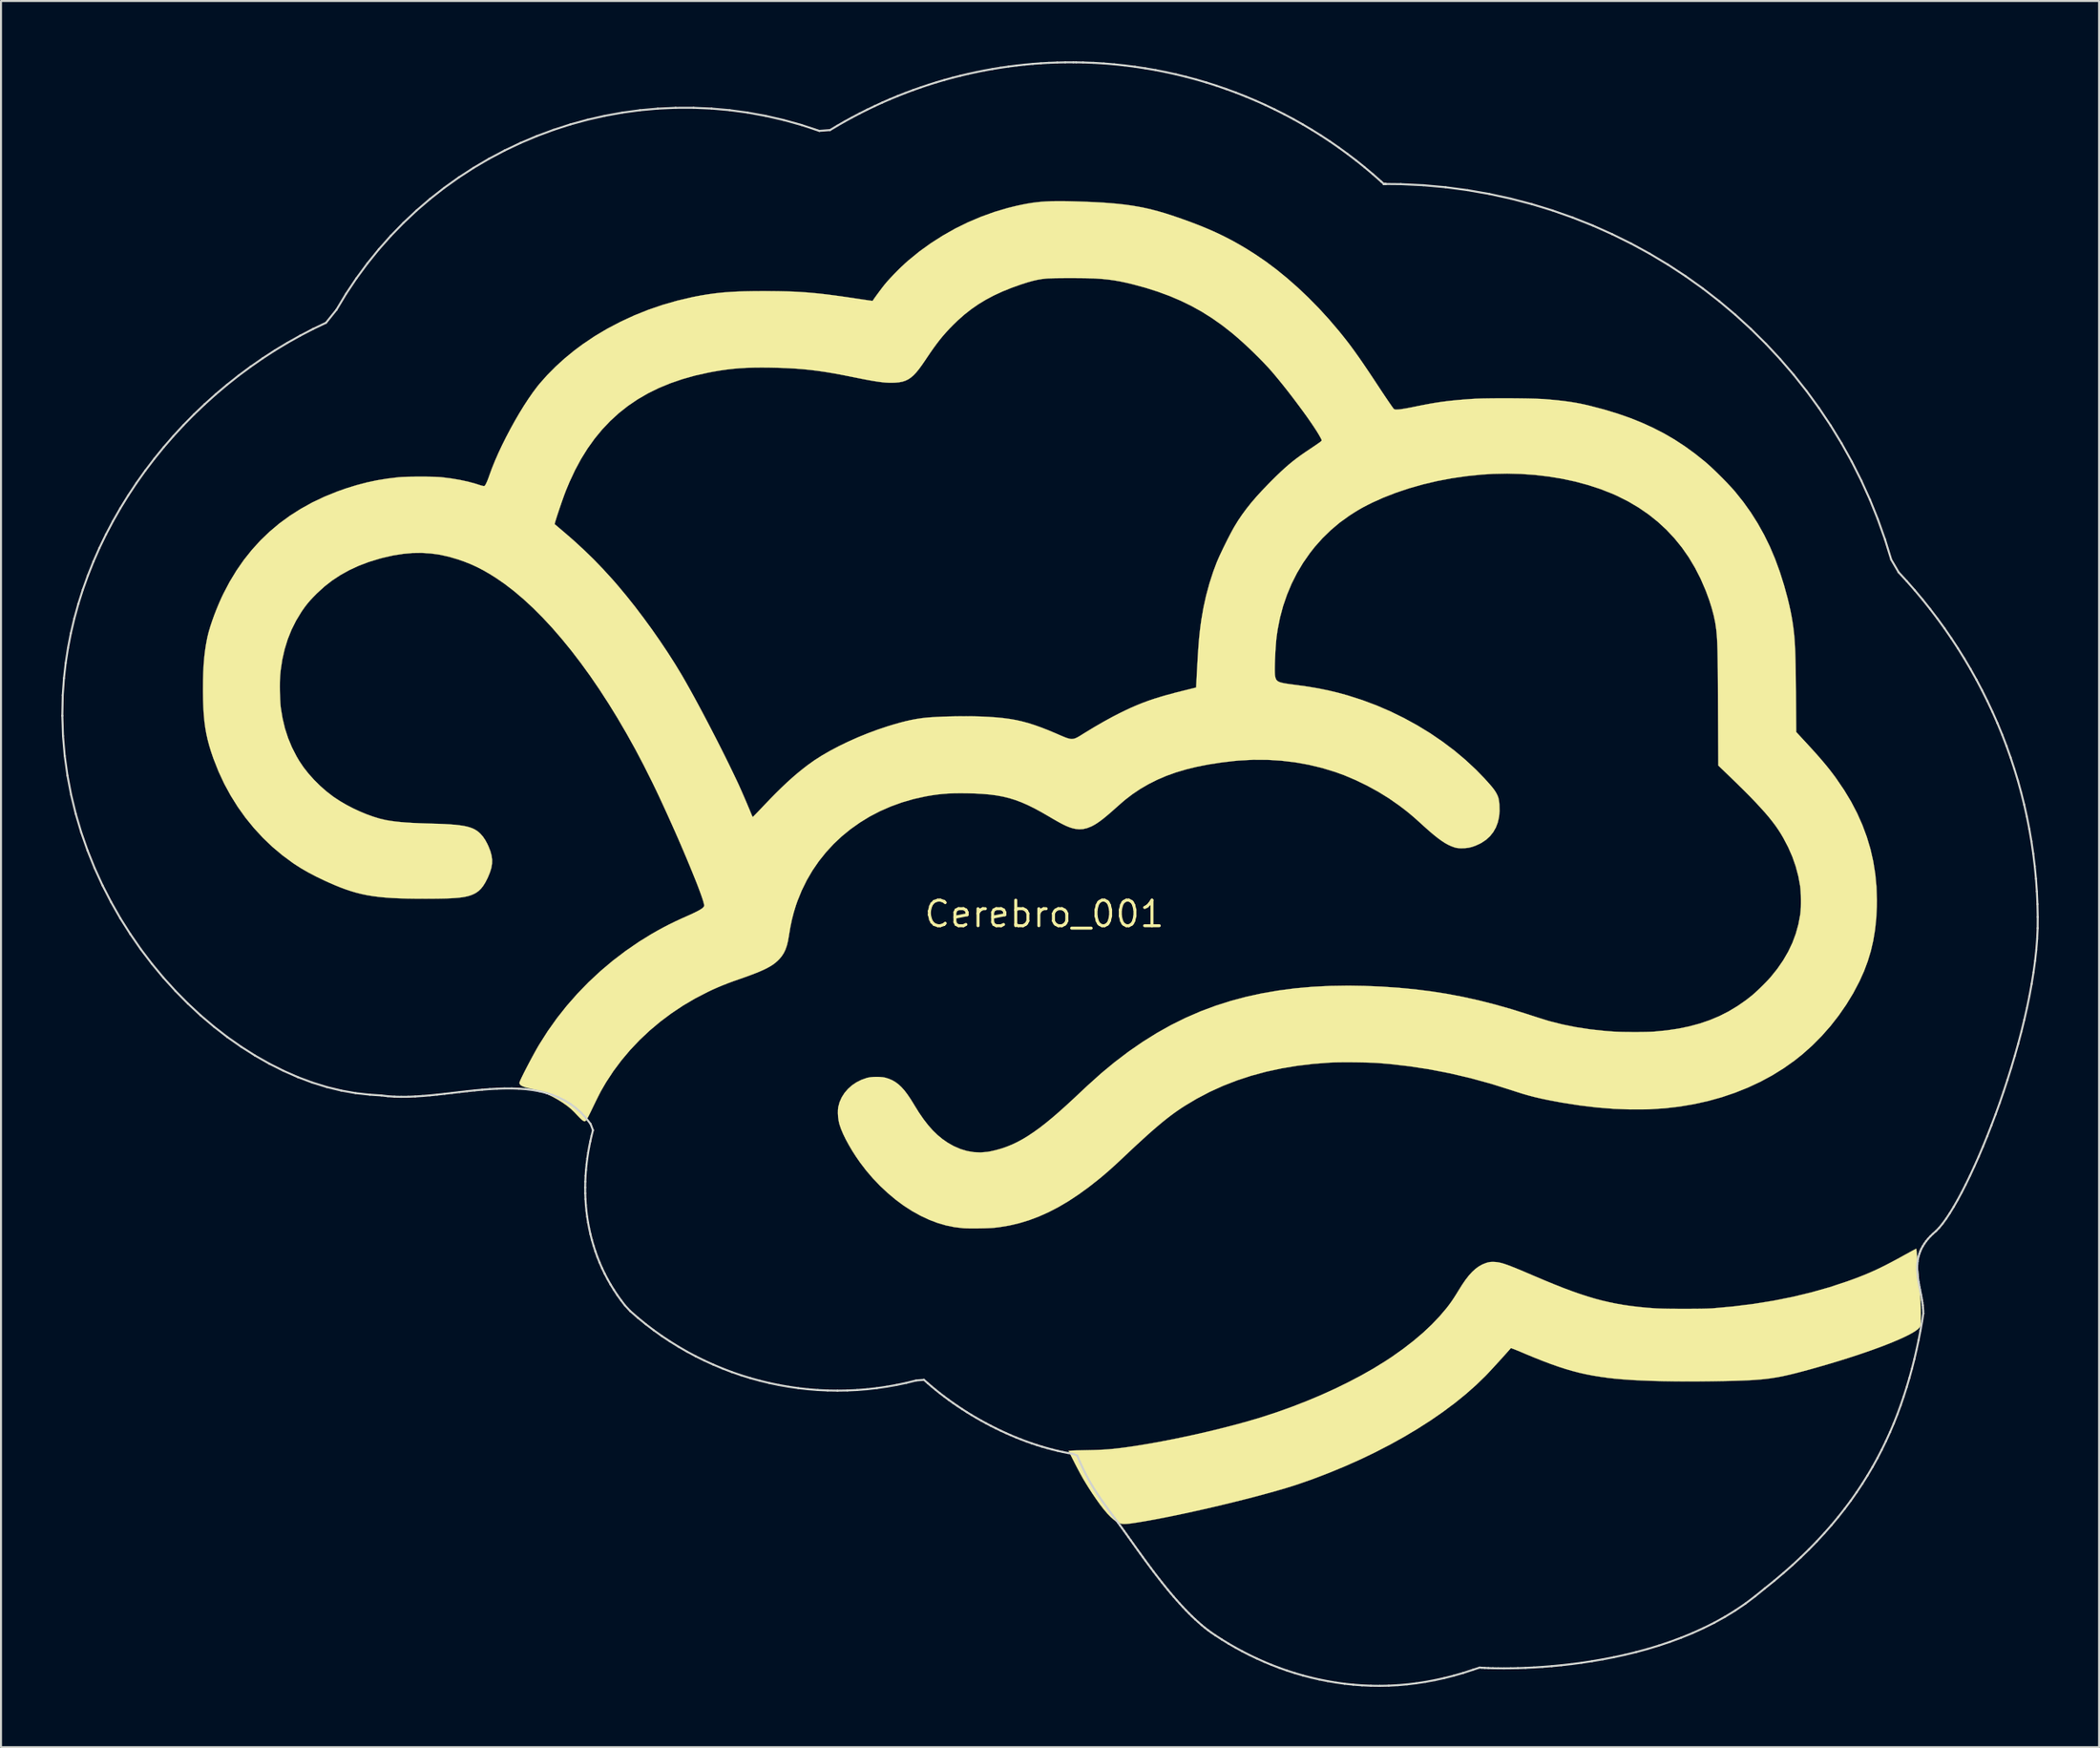
<source format=kicad_pcb>
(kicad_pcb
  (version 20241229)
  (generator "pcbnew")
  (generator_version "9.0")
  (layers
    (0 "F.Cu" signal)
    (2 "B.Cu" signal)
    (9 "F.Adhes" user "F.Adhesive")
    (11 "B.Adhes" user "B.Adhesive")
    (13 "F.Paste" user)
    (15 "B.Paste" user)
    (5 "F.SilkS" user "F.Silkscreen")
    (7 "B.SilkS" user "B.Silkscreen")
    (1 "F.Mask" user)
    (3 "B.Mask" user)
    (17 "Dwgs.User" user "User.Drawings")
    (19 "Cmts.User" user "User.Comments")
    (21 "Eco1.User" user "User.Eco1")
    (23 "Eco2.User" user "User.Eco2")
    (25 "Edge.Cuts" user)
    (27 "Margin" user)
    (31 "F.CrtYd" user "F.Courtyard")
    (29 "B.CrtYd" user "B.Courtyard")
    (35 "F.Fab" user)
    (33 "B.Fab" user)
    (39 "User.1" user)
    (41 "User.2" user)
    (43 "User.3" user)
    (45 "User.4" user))
  (footprint "Cerebro_001"
    (layer "F.Cu")
    (at 48.877 42.401)
    (property "Reference" "Cerebro_001" (at 0 0 0) (layer "F.SilkS") (effects (font (size 1.27 1.27) (thickness 0.15))))
    (attr through_hole)
    (fp_poly (pts (xy 43.361 16.663) (xy 43.367 16.724) (xy 43.376 16.817) (xy 43.386 16.94) (xy 43.399 17.088) (xy 43.413 17.255) (xy 43.428 17.439) (xy 43.443 17.634) (xy 43.459 17.836) (xy 43.475 18.041) (xy 43.491 18.244) (xy 43.506 18.441) (xy 43.521 18.628) (xy 43.533 18.799) (xy 43.545 18.952) (xy 43.554 19.08) (xy 43.56 19.181) (xy 43.563 19.219) (xy 43.57 19.375) (xy 43.575 19.556) (xy 43.578 19.746) (xy 43.579 19.929) (xy 43.578 20.047) (xy 43.572 20.482) (xy 43.511 20.562) (xy 43.434 20.641) (xy 43.317 20.729) (xy 43.163 20.825) (xy 42.974 20.928) (xy 42.75 21.038) (xy 42.495 21.154) (xy 42.209 21.276) (xy 41.895 21.402) (xy 41.554 21.533) (xy 41.188 21.666) (xy 40.799 21.802) (xy 40.39 21.941) (xy 39.961 22.08) (xy 39.515 22.22) (xy 39.053 22.359) (xy 38.577 22.498) (xy 38.089 22.636) (xy 38 22.66) (xy 37.67 22.749) (xy 37.368 22.828) (xy 37.088 22.897) (xy 36.824 22.957) (xy 36.572 23.008) (xy 36.325 23.052) (xy 36.079 23.09) (xy 35.829 23.121) (xy 35.568 23.146) (xy 35.292 23.167) (xy 34.995 23.184) (xy 34.672 23.198) (xy 34.318 23.21) (xy 33.927 23.219) (xy 33.901 23.22) (xy 33.213 23.232) (xy 32.551 23.239) (xy 31.915 23.241) (xy 31.308 23.236) (xy 30.731 23.227) (xy 30.186 23.212) (xy 29.674 23.192) (xy 29.198 23.167) (xy 28.759 23.136) (xy 28.358 23.101) (xy 27.998 23.06) (xy 27.993 23.059) (xy 27.628 23.008) (xy 27.276 22.95) (xy 26.933 22.883) (xy 26.593 22.807) (xy 26.253 22.718) (xy 25.906 22.617) (xy 25.549 22.502) (xy 25.175 22.37) (xy 24.781 22.221) (xy 24.362 22.054) (xy 23.912 21.867) (xy 23.814 21.825) (xy 23.665 21.762) (xy 23.528 21.705) (xy 23.409 21.658) (xy 23.312 21.62) (xy 23.242 21.595) (xy 23.204 21.584) (xy 23.198 21.584) (xy 23.119 21.675) (xy 23.018 21.789) (xy 22.9 21.921) (xy 22.77 22.065) (xy 22.633 22.216) (xy 22.494 22.368) (xy 22.358 22.516) (xy 22.23 22.655) (xy 22.115 22.779) (xy 22.018 22.882) (xy 21.943 22.959) (xy 21.94 22.963) (xy 21.472 23.417) (xy 20.964 23.867) (xy 20.419 24.309) (xy 19.837 24.744) (xy 19.223 25.169) (xy 18.576 25.584) (xy 17.901 25.987) (xy 17.198 26.378) (xy 16.471 26.754) (xy 15.72 27.115) (xy 14.949 27.459) (xy 14.16 27.785) (xy 13.354 28.093) (xy 12.647 28.341) (xy 12.345 28.44) (xy 12.005 28.545) (xy 11.632 28.654) (xy 11.229 28.768) (xy 10.801 28.885) (xy 10.352 29.004) (xy 9.886 29.123) (xy 9.406 29.243) (xy 8.918 29.362) (xy 8.425 29.479) (xy 7.931 29.593) (xy 7.441 29.703) (xy 6.958 29.808) (xy 6.487 29.907) (xy 6.032 29.999) (xy 5.596 30.084) (xy 5.185 30.159) (xy 4.921 30.205) (xy 4.685 30.244) (xy 4.486 30.275) (xy 4.32 30.299) (xy 4.182 30.315) (xy 4.069 30.324) (xy 3.976 30.327) (xy 3.898 30.324) (xy 3.832 30.314) (xy 3.773 30.299) (xy 3.756 30.293) (xy 3.617 30.229) (xy 3.469 30.128) (xy 3.309 29.989) (xy 3.137 29.813) (xy 2.954 29.598) (xy 2.758 29.344) (xy 2.55 29.051) (xy 2.386 28.808) (xy 2.217 28.547) (xy 2.067 28.306) (xy 1.928 28.074) (xy 1.796 27.839) (xy 1.662 27.59) (xy 1.52 27.316) (xy 1.491 27.259) (xy 1.207 26.694) (xy 1.318 26.683) (xy 1.366 26.68) (xy 1.45 26.676) (xy 1.565 26.672) (xy 1.704 26.668) (xy 1.861 26.665) (xy 2.03 26.661) (xy 2.127 26.659) (xy 2.425 26.653) (xy 2.693 26.644) (xy 2.941 26.632) (xy 3.178 26.616) (xy 3.413 26.595) (xy 3.657 26.568) (xy 3.917 26.536) (xy 4.204 26.496) (xy 4.4 26.467) (xy 4.982 26.375) (xy 5.589 26.269) (xy 6.213 26.15) (xy 6.848 26.021) (xy 7.487 25.883) (xy 8.123 25.738) (xy 8.749 25.586) (xy 9.358 25.43) (xy 9.944 25.271) (xy 10.499 25.111) (xy 10.874 24.996) (xy 11.614 24.753) (xy 12.348 24.489) (xy 13.07 24.207) (xy 13.776 23.91) (xy 14.464 23.598) (xy 15.128 23.273) (xy 15.764 22.938) (xy 16.37 22.595) (xy 16.939 22.244) (xy 17.283 22.018) (xy 17.841 21.623) (xy 18.357 21.223) (xy 18.833 20.819) (xy 19.268 20.409) (xy 19.664 19.992) (xy 20.005 19.59) (xy 20.13 19.427) (xy 20.252 19.257) (xy 20.377 19.07) (xy 20.51 18.859) (xy 20.594 18.722) (xy 20.775 18.434) (xy 20.947 18.184) (xy 21.114 17.97) (xy 21.278 17.79) (xy 21.441 17.641) (xy 21.607 17.52) (xy 21.778 17.425) (xy 21.956 17.354) (xy 22.056 17.324) (xy 22.152 17.305) (xy 22.254 17.297) (xy 22.378 17.299) (xy 22.394 17.3) (xy 22.473 17.306) (xy 22.552 17.316) (xy 22.634 17.331) (xy 22.724 17.352) (xy 22.825 17.38) (xy 22.938 17.417) (xy 23.068 17.463) (xy 23.218 17.52) (xy 23.391 17.588) (xy 23.59 17.67) (xy 23.818 17.765) (xy 24.078 17.876) (xy 24.37 18.001) (xy 24.876 18.216) (xy 25.349 18.41) (xy 25.793 18.586) (xy 26.213 18.743) (xy 26.613 18.884) (xy 26.996 19.009) (xy 27.366 19.12) (xy 27.728 19.217) (xy 28.086 19.301) (xy 28.443 19.374) (xy 28.804 19.437) (xy 29.173 19.49) (xy 29.553 19.535) (xy 29.949 19.574) (xy 30.342 19.604) (xy 30.47 19.611) (xy 30.632 19.617) (xy 30.825 19.622) (xy 31.041 19.626) (xy 31.274 19.629) (xy 31.52 19.63) (xy 31.772 19.631) (xy 32.024 19.631) (xy 32.27 19.629) (xy 32.505 19.627) (xy 32.723 19.624) (xy 32.918 19.619) (xy 33.083 19.613) (xy 33.214 19.607) (xy 33.242 19.605) (xy 34.276 19.51) (xy 35.281 19.384) (xy 36.26 19.226) (xy 37.213 19.035) (xy 38.139 18.812) (xy 39.039 18.557) (xy 39.914 18.269) (xy 40.227 18.156) (xy 40.512 18.048) (xy 40.782 17.941) (xy 41.042 17.831) (xy 41.3 17.716) (xy 41.561 17.593) (xy 41.833 17.458) (xy 42.121 17.309) (xy 42.433 17.142) (xy 42.732 16.977) (xy 42.88 16.896) (xy 43.015 16.822) (xy 43.134 16.757) (xy 43.232 16.705) (xy 43.304 16.666) (xy 43.348 16.645) (xy 43.358 16.641) (xy 43.361 16.663)) (stroke (width 0.01) (type solid)) (fill yes) (layer "F.SilkS"))
    (fp_poly (pts (xy 0.925 -35.449) (xy 1.261 -35.443) (xy 1.556 -35.435) (xy 2.054 -35.418) (xy 2.513 -35.398) (xy 2.94 -35.374) (xy 3.337 -35.344) (xy 3.709 -35.31) (xy 4.061 -35.269) (xy 4.397 -35.221) (xy 4.721 -35.165) (xy 5.038 -35.101) (xy 5.351 -35.028) (xy 5.666 -34.945) (xy 5.987 -34.852) (xy 6.317 -34.747) (xy 6.662 -34.63) (xy 6.847 -34.565) (xy 7.327 -34.39) (xy 7.771 -34.218) (xy 8.186 -34.046) (xy 8.579 -33.871) (xy 8.956 -33.689) (xy 9.324 -33.499) (xy 9.689 -33.295) (xy 10.058 -33.076) (xy 10.437 -32.838) (xy 10.467 -32.819) (xy 11.001 -32.456) (xy 11.538 -32.054) (xy 12.075 -31.617) (xy 12.608 -31.148) (xy 13.134 -30.649) (xy 13.649 -30.125) (xy 14.15 -29.577) (xy 14.634 -29.01) (xy 14.762 -28.853) (xy 14.897 -28.684) (xy 15.027 -28.519) (xy 15.154 -28.354) (xy 15.28 -28.185) (xy 15.409 -28.009) (xy 15.542 -27.823) (xy 15.683 -27.624) (xy 15.833 -27.407) (xy 15.994 -27.169) (xy 16.17 -26.907) (xy 16.363 -26.618) (xy 16.575 -26.297) (xy 16.668 -26.156) (xy 16.79 -25.971) (xy 16.907 -25.795) (xy 17.016 -25.633) (xy 17.115 -25.487) (xy 17.202 -25.361) (xy 17.273 -25.258) (xy 17.328 -25.181) (xy 17.363 -25.135) (xy 17.375 -25.122) (xy 17.406 -25.101) (xy 17.44 -25.089) (xy 17.488 -25.084) (xy 17.56 -25.086) (xy 17.621 -25.09) (xy 17.697 -25.098) (xy 17.805 -25.114) (xy 17.938 -25.136) (xy 18.086 -25.162) (xy 18.241 -25.192) (xy 18.33 -25.21) (xy 18.662 -25.278) (xy 18.962 -25.336) (xy 19.238 -25.387) (xy 19.498 -25.43) (xy 19.751 -25.468) (xy 20.003 -25.501) (xy 20.263 -25.53) (xy 20.539 -25.557) (xy 20.839 -25.583) (xy 21.171 -25.607) (xy 21.294 -25.616) (xy 21.435 -25.624) (xy 21.612 -25.63) (xy 21.821 -25.636) (xy 22.056 -25.64) (xy 22.311 -25.643) (xy 22.581 -25.645) (xy 22.86 -25.645) (xy 23.144 -25.645) (xy 23.425 -25.643) (xy 23.7 -25.64) (xy 23.962 -25.636) (xy 24.207 -25.631) (xy 24.428 -25.625) (xy 24.62 -25.618) (xy 24.778 -25.61) (xy 24.839 -25.606) (xy 25.208 -25.576) (xy 25.542 -25.544) (xy 25.847 -25.509) (xy 26.13 -25.471) (xy 26.398 -25.428) (xy 26.659 -25.379) (xy 26.918 -25.323) (xy 27.125 -25.274) (xy 27.82 -25.092) (xy 28.478 -24.893) (xy 29.103 -24.676) (xy 29.698 -24.439) (xy 30.267 -24.18) (xy 30.813 -23.899) (xy 31.339 -23.593) (xy 31.849 -23.26) (xy 32.345 -22.9) (xy 32.831 -22.511) (xy 32.904 -22.449) (xy 33.04 -22.33) (xy 33.197 -22.185) (xy 33.368 -22.023) (xy 33.546 -21.848) (xy 33.726 -21.669) (xy 33.901 -21.49) (xy 34.064 -21.318) (xy 34.21 -21.161) (xy 34.331 -21.023) (xy 34.353 -20.997) (xy 34.757 -20.492) (xy 35.13 -19.969) (xy 35.473 -19.427) (xy 35.787 -18.863) (xy 36.075 -18.275) (xy 36.336 -17.66) (xy 36.572 -17.016) (xy 36.785 -16.34) (xy 36.957 -15.707) (xy 37.037 -15.375) (xy 37.104 -15.073) (xy 37.159 -14.788) (xy 37.205 -14.512) (xy 37.22 -14.41) (xy 37.241 -14.26) (xy 37.259 -14.112) (xy 37.276 -13.964) (xy 37.291 -13.813) (xy 37.304 -13.655) (xy 37.315 -13.488) (xy 37.326 -13.308) (xy 37.334 -13.112) (xy 37.342 -12.897) (xy 37.349 -12.66) (xy 37.355 -12.398) (xy 37.36 -12.108) (xy 37.364 -11.786) (xy 37.368 -11.429) (xy 37.372 -11.034) (xy 37.373 -10.839) (xy 37.387 -9.052) (xy 37.879 -8.521) (xy 38.123 -8.255) (xy 38.341 -8.014) (xy 38.537 -7.793) (xy 38.714 -7.588) (xy 38.876 -7.394) (xy 39.028 -7.205) (xy 39.172 -7.018) (xy 39.314 -6.829) (xy 39.389 -6.724) (xy 39.774 -6.159) (xy 40.117 -5.588) (xy 40.418 -5.011) (xy 40.679 -4.426) (xy 40.898 -3.834) (xy 41.078 -3.231) (xy 41.217 -2.618) (xy 41.317 -1.992) (xy 41.377 -1.354) (xy 41.399 -0.701) (xy 41.395 -0.36) (xy 41.365 0.227) (xy 41.306 0.785) (xy 41.217 1.321) (xy 41.098 1.838) (xy 40.946 2.341) (xy 40.762 2.835) (xy 40.543 3.322) (xy 40.525 3.359) (xy 40.218 3.941) (xy 39.874 4.506) (xy 39.496 5.051) (xy 39.087 5.574) (xy 38.649 6.07) (xy 38.185 6.537) (xy 37.697 6.972) (xy 37.303 7.286) (xy 36.763 7.669) (xy 36.195 8.021) (xy 35.601 8.341) (xy 34.983 8.63) (xy 34.342 8.886) (xy 33.68 9.109) (xy 33 9.298) (xy 32.302 9.453) (xy 31.589 9.573) (xy 30.862 9.658) (xy 30.123 9.706) (xy 29.919 9.713) (xy 29.129 9.716) (xy 28.317 9.685) (xy 27.483 9.618) (xy 26.628 9.516) (xy 25.752 9.38) (xy 25.051 9.248) (xy 24.713 9.177) (xy 24.398 9.104) (xy 24.095 9.025) (xy 23.789 8.938) (xy 23.468 8.837) (xy 23.241 8.763) (xy 22.224 8.442) (xy 21.21 8.163) (xy 20.199 7.925) (xy 19.188 7.728) (xy 18.176 7.571) (xy 17.16 7.454) (xy 16.605 7.408) (xy 16.449 7.398) (xy 16.257 7.39) (xy 16.039 7.383) (xy 15.801 7.378) (xy 15.551 7.374) (xy 15.297 7.371) (xy 15.046 7.37) (xy 14.806 7.371) (xy 14.585 7.374) (xy 14.389 7.378) (xy 14.227 7.385) (xy 14.213 7.385) (xy 13.379 7.448) (xy 12.57 7.545) (xy 11.786 7.676) (xy 11.027 7.84) (xy 10.291 8.039) (xy 9.58 8.272) (xy 8.892 8.54) (xy 8.227 8.842) (xy 7.585 9.178) (xy 7.009 9.522) (xy 6.819 9.644) (xy 6.632 9.771) (xy 6.445 9.903) (xy 6.255 10.044) (xy 6.059 10.196) (xy 5.855 10.36) (xy 5.641 10.54) (xy 5.412 10.737) (xy 5.167 10.953) (xy 4.903 11.192) (xy 4.617 11.454) (xy 4.307 11.743) (xy 4.032 12.002) (xy 3.822 12.2) (xy 3.637 12.372) (xy 3.471 12.524) (xy 3.321 12.661) (xy 3.18 12.786) (xy 3.043 12.904) (xy 2.906 13.021) (xy 2.763 13.139) (xy 2.731 13.166) (xy 2.213 13.575) (xy 1.704 13.944) (xy 1.204 14.274) (xy 0.709 14.566) (xy 0.219 14.821) (xy -0.27 15.04) (xy -0.759 15.224) (xy -1.25 15.372) (xy -1.744 15.488) (xy -2.244 15.571) (xy -2.487 15.599) (xy -2.609 15.609) (xy -2.764 15.617) (xy -2.943 15.624) (xy -3.136 15.628) (xy -3.334 15.631) (xy -3.529 15.632) (xy -3.711 15.631) (xy -3.872 15.628) (xy -4.002 15.622) (xy -4.032 15.62) (xy -4.463 15.569) (xy -4.886 15.483) (xy -5.306 15.361) (xy -5.725 15.202) (xy -6.148 15.004) (xy -6.577 14.766) (xy -6.578 14.766) (xy -6.982 14.505) (xy -7.384 14.208) (xy -7.779 13.878) (xy -8.16 13.521) (xy -8.524 13.142) (xy -8.863 12.746) (xy -9.158 12.359) (xy -9.361 12.066) (xy -9.55 11.772) (xy -9.72 11.484) (xy -9.872 11.205) (xy -10.001 10.94) (xy -10.105 10.694) (xy -10.181 10.471) (xy -10.194 10.426) (xy -10.229 10.268) (xy -10.252 10.092) (xy -10.263 9.913) (xy -10.261 9.744) (xy -10.246 9.601) (xy -10.245 9.597) (xy -10.178 9.349) (xy -10.074 9.114) (xy -9.934 8.895) (xy -9.763 8.695) (xy -9.563 8.517) (xy -9.338 8.365) (xy -9.09 8.241) (xy -8.823 8.148) (xy -8.77 8.135) (xy -8.651 8.114) (xy -8.505 8.101) (xy -8.345 8.096) (xy -8.186 8.1) (xy -8.039 8.112) (xy -7.919 8.133) (xy -7.906 8.136) (xy -7.726 8.192) (xy -7.559 8.264) (xy -7.401 8.356) (xy -7.25 8.469) (xy -7.103 8.606) (xy -6.955 8.772) (xy -6.805 8.969) (xy -6.648 9.2) (xy -6.483 9.467) (xy -6.461 9.504) (xy -6.231 9.874) (xy -6.003 10.204) (xy -5.775 10.499) (xy -5.544 10.76) (xy -5.306 10.99) (xy -5.06 11.192) (xy -4.802 11.37) (xy -4.53 11.525) (xy -4.486 11.547) (xy -4.164 11.686) (xy -3.837 11.784) (xy -3.505 11.84) (xy -3.171 11.855) (xy -2.836 11.828) (xy -2.673 11.799) (xy -2.4 11.736) (xy -2.132 11.66) (xy -1.869 11.569) (xy -1.606 11.462) (xy -1.343 11.337) (xy -1.077 11.193) (xy -0.804 11.028) (xy -0.523 10.84) (xy -0.23 10.629) (xy 0.075 10.392) (xy 0.397 10.127) (xy 0.737 9.834) (xy 1.098 9.51) (xy 1.48 9.157) (xy 1.608 9.037) (xy 1.74 8.913) (xy 1.869 8.793) (xy 1.987 8.682) (xy 2.087 8.588) (xy 2.146 8.533) (xy 2.819 7.927) (xy 3.5 7.363) (xy 4.188 6.841) (xy 4.885 6.359) (xy 5.589 5.919) (xy 6.302 5.52) (xy 7.024 5.162) (xy 7.754 4.845) (xy 7.8 4.827) (xy 8.524 4.557) (xy 9.267 4.321) (xy 10.032 4.116) (xy 10.82 3.944) (xy 11.63 3.804) (xy 12.464 3.695) (xy 13.324 3.619) (xy 14.209 3.574) (xy 15.121 3.56) (xy 15.914 3.573) (xy 16.786 3.61) (xy 17.627 3.667) (xy 18.444 3.745) (xy 19.243 3.845) (xy 20.031 3.969) (xy 20.815 4.118) (xy 21.6 4.292) (xy 22.394 4.494) (xy 23.204 4.723) (xy 24.035 4.982) (xy 24.137 5.016) (xy 24.317 5.074) (xy 24.496 5.132) (xy 24.667 5.186) (xy 24.823 5.235) (xy 24.957 5.277) (xy 25.063 5.309) (xy 25.113 5.324) (xy 25.769 5.49) (xy 26.451 5.627) (xy 27.163 5.735) (xy 27.904 5.814) (xy 28.289 5.843) (xy 28.442 5.851) (xy 28.625 5.858) (xy 28.831 5.862) (xy 29.054 5.865) (xy 29.284 5.866) (xy 29.514 5.866) (xy 29.736 5.864) (xy 29.943 5.86) (xy 30.127 5.855) (xy 30.281 5.848) (xy 30.342 5.844) (xy 30.951 5.784) (xy 31.528 5.698) (xy 32.076 5.584) (xy 32.597 5.443) (xy 33.093 5.273) (xy 33.568 5.073) (xy 34.023 4.842) (xy 34.461 4.58) (xy 34.884 4.285) (xy 35.19 4.045) (xy 35.31 3.941) (xy 35.449 3.814) (xy 35.598 3.672) (xy 35.75 3.522) (xy 35.896 3.374) (xy 36.026 3.236) (xy 36.118 3.133) (xy 36.449 2.722) (xy 36.739 2.301) (xy 36.988 1.871) (xy 37.197 1.431) (xy 37.366 0.979) (xy 37.495 0.515) (xy 37.585 0.038) (xy 37.596 -0.042) (xy 37.608 -0.176) (xy 37.617 -0.342) (xy 37.621 -0.528) (xy 37.621 -0.725) (xy 37.617 -0.921) (xy 37.609 -1.106) (xy 37.597 -1.27) (xy 37.584 -1.386) (xy 37.492 -1.884) (xy 37.363 -2.37) (xy 37.195 -2.85) (xy 36.987 -3.324) (xy 36.739 -3.797) (xy 36.623 -3.994) (xy 36.499 -4.188) (xy 36.361 -4.388) (xy 36.205 -4.595) (xy 36.031 -4.813) (xy 35.835 -5.044) (xy 35.616 -5.288) (xy 35.373 -5.55) (xy 35.103 -5.83) (xy 34.805 -6.131) (xy 34.477 -6.455) (xy 34.277 -6.649) (xy 33.513 -7.387) (xy 33.5 -10.239) (xy 33.498 -10.686) (xy 33.496 -11.093) (xy 33.494 -11.463) (xy 33.491 -11.797) (xy 33.489 -12.099) (xy 33.486 -12.37) (xy 33.483 -12.614) (xy 33.479 -12.832) (xy 33.476 -13.027) (xy 33.471 -13.201) (xy 33.466 -13.358) (xy 33.461 -13.498) (xy 33.454 -13.625) (xy 33.447 -13.741) (xy 33.44 -13.848) (xy 33.431 -13.949) (xy 33.422 -14.047) (xy 33.412 -14.143) (xy 33.411 -14.15) (xy 33.361 -14.493) (xy 33.286 -14.849) (xy 33.186 -15.222) (xy 33.06 -15.617) (xy 32.905 -16.038) (xy 32.878 -16.107) (xy 32.631 -16.68) (xy 32.352 -17.224) (xy 32.043 -17.74) (xy 31.704 -18.226) (xy 31.334 -18.682) (xy 30.934 -19.109) (xy 30.504 -19.506) (xy 30.044 -19.873) (xy 29.555 -20.21) (xy 29.036 -20.516) (xy 28.488 -20.792) (xy 28.226 -20.908) (xy 27.648 -21.135) (xy 27.041 -21.333) (xy 26.41 -21.503) (xy 25.758 -21.644) (xy 25.089 -21.754) (xy 24.407 -21.835) (xy 23.716 -21.884) (xy 23.018 -21.902) (xy 22.319 -21.888) (xy 21.769 -21.855) (xy 21.015 -21.778) (xy 20.273 -21.671) (xy 19.545 -21.534) (xy 18.836 -21.367) (xy 18.149 -21.173) (xy 17.486 -20.951) (xy 16.851 -20.703) (xy 16.309 -20.459) (xy 16.055 -20.333) (xy 15.826 -20.213) (xy 15.609 -20.089) (xy 15.39 -19.954) (xy 15.155 -19.801) (xy 14.688 -19.464) (xy 14.248 -19.094) (xy 13.834 -18.691) (xy 13.446 -18.255) (xy 13.203 -17.946) (xy 12.867 -17.464) (xy 12.565 -16.957) (xy 12.298 -16.429) (xy 12.068 -15.882) (xy 11.874 -15.318) (xy 11.719 -14.738) (xy 11.602 -14.146) (xy 11.548 -13.769) (xy 11.532 -13.617) (xy 11.517 -13.444) (xy 11.503 -13.255) (xy 11.491 -13.056) (xy 11.48 -12.855) (xy 11.471 -12.655) (xy 11.465 -12.464) (xy 11.461 -12.288) (xy 11.46 -12.132) (xy 11.462 -12.003) (xy 11.467 -11.906) (xy 11.471 -11.865) (xy 11.486 -11.785) (xy 11.505 -11.717) (xy 11.531 -11.659) (xy 11.569 -11.612) (xy 11.621 -11.571) (xy 11.692 -11.537) (xy 11.785 -11.507) (xy 11.904 -11.48) (xy 12.052 -11.454) (xy 12.234 -11.428) (xy 12.454 -11.399) (xy 12.541 -11.388) (xy 13.095 -11.311) (xy 13.618 -11.222) (xy 14.12 -11.12) (xy 14.612 -11.002) (xy 15.091 -10.87) (xy 15.808 -10.641) (xy 16.515 -10.376) (xy 17.209 -10.076) (xy 17.887 -9.745) (xy 18.547 -9.383) (xy 19.186 -8.992) (xy 19.8 -8.574) (xy 20.387 -8.131) (xy 20.945 -7.663) (xy 21.469 -7.174) (xy 21.891 -6.739) (xy 22.041 -6.574) (xy 22.164 -6.435) (xy 22.264 -6.317) (xy 22.344 -6.214) (xy 22.408 -6.124) (xy 22.46 -6.04) (xy 22.487 -5.991) (xy 22.534 -5.896) (xy 22.568 -5.809) (xy 22.592 -5.717) (xy 22.61 -5.61) (xy 22.624 -5.475) (xy 22.628 -5.433) (xy 22.636 -5.12) (xy 22.609 -4.826) (xy 22.547 -4.553) (xy 22.451 -4.301) (xy 22.321 -4.073) (xy 22.159 -3.869) (xy 21.965 -3.692) (xy 21.74 -3.542) (xy 21.643 -3.491) (xy 21.447 -3.402) (xy 21.27 -3.339) (xy 21.1 -3.298) (xy 20.925 -3.277) (xy 20.796 -3.273) (xy 20.674 -3.273) (xy 20.581 -3.278) (xy 20.503 -3.289) (xy 20.427 -3.307) (xy 20.384 -3.32) (xy 20.236 -3.374) (xy 20.084 -3.443) (xy 19.926 -3.53) (xy 19.759 -3.638) (xy 19.579 -3.768) (xy 19.383 -3.923) (xy 19.166 -4.106) (xy 18.927 -4.319) (xy 18.89 -4.352) (xy 18.696 -4.528) (xy 18.527 -4.68) (xy 18.377 -4.812) (xy 18.241 -4.928) (xy 18.114 -5.035) (xy 17.989 -5.135) (xy 17.862 -5.234) (xy 17.726 -5.337) (xy 17.636 -5.405) (xy 17.136 -5.753) (xy 16.606 -6.081) (xy 16.054 -6.384) (xy 15.487 -6.659) (xy 14.915 -6.901) (xy 14.473 -7.062) (xy 13.816 -7.263) (xy 13.146 -7.424) (xy 12.464 -7.546) (xy 11.772 -7.628) (xy 11.072 -7.67) (xy 10.367 -7.671) (xy 9.66 -7.633) (xy 9.409 -7.609) (xy 8.768 -7.532) (xy 8.164 -7.438) (xy 7.594 -7.326) (xy 7.057 -7.195) (xy 6.549 -7.044) (xy 6.069 -6.872) (xy 5.615 -6.678) (xy 5.183 -6.461) (xy 4.771 -6.222) (xy 4.379 -5.957) (xy 4.002 -5.668) (xy 3.675 -5.385) (xy 3.444 -5.178) (xy 3.239 -4.998) (xy 3.057 -4.844) (xy 2.894 -4.713) (xy 2.747 -4.604) (xy 2.613 -4.512) (xy 2.489 -4.436) (xy 2.37 -4.373) (xy 2.338 -4.357) (xy 2.128 -4.274) (xy 1.93 -4.227) (xy 1.735 -4.215) (xy 1.554 -4.234) (xy 1.444 -4.257) (xy 1.334 -4.288) (xy 1.217 -4.329) (xy 1.091 -4.381) (xy 0.95 -4.448) (xy 0.791 -4.53) (xy 0.609 -4.631) (xy 0.399 -4.751) (xy 0.222 -4.856) (xy -0.145 -5.068) (xy -0.487 -5.254) (xy -0.811 -5.414) (xy -1.123 -5.551) (xy -1.428 -5.666) (xy -1.733 -5.761) (xy -2.045 -5.838) (xy -2.368 -5.898) (xy -2.709 -5.943) (xy -3.075 -5.975) (xy -3.471 -5.995) (xy -3.833 -6.005) (xy -4.182 -6.008) (xy -4.498 -6.004) (xy -4.79 -5.992) (xy -5.068 -5.971) (xy -5.341 -5.941) (xy -5.617 -5.901) (xy -5.905 -5.851) (xy -5.905 -5.851) (xy -6.501 -5.719) (xy -7.078 -5.552) (xy -7.635 -5.35) (xy -8.17 -5.115) (xy -8.683 -4.848) (xy -9.171 -4.549) (xy -9.635 -4.221) (xy -10.072 -3.864) (xy -10.481 -3.479) (xy -10.86 -3.067) (xy -11.21 -2.629) (xy -11.527 -2.167) (xy -11.812 -1.681) (xy -12.062 -1.173) (xy -12.277 -0.643) (xy -12.35 -0.433) (xy -12.455 -0.09) (xy -12.547 0.265) (xy -12.626 0.64) (xy -12.695 1.047) (xy -12.701 1.087) (xy -12.747 1.348) (xy -12.803 1.573) (xy -12.872 1.769) (xy -12.956 1.942) (xy -13.057 2.097) (xy -13.173 2.236) (xy -13.268 2.332) (xy -13.371 2.422) (xy -13.485 2.508) (xy -13.614 2.591) (xy -13.76 2.673) (xy -13.927 2.757) (xy -14.12 2.843) (xy -14.34 2.934) (xy -14.591 3.03) (xy -14.877 3.135) (xy -15.142 3.228) (xy -15.463 3.341) (xy -15.752 3.448) (xy -16.017 3.553) (xy -16.267 3.658) (xy -16.512 3.767) (xy -16.735 3.873) (xy -17.362 4.197) (xy -17.967 4.553) (xy -18.547 4.94) (xy -19.102 5.356) (xy -19.629 5.799) (xy -20.127 6.268) (xy -20.594 6.761) (xy -21.028 7.276) (xy -21.429 7.812) (xy -21.793 8.368) (xy -22.045 8.802) (xy -22.092 8.892) (xy -22.154 9.012) (xy -22.225 9.154) (xy -22.303 9.31) (xy -22.382 9.473) (xy -22.46 9.634) (xy -22.462 9.638) (xy -22.533 9.786) (xy -22.6 9.922) (xy -22.661 10.043) (xy -22.714 10.143) (xy -22.754 10.216) (xy -22.78 10.258) (xy -22.785 10.263) (xy -22.815 10.289) (xy -22.845 10.303) (xy -22.88 10.302) (xy -22.922 10.284) (xy -22.974 10.247) (xy -23.041 10.188) (xy -23.126 10.105) (xy -23.232 9.995) (xy -23.363 9.856) (xy -23.368 9.851) (xy -23.529 9.696) (xy -23.724 9.537) (xy -23.947 9.379) (xy -24.189 9.227) (xy -24.445 9.085) (xy -24.706 8.958) (xy -24.717 8.953) (xy -24.902 8.874) (xy -25.07 8.811) (xy -25.238 8.757) (xy -25.422 8.709) (xy -25.544 8.68) (xy -25.722 8.637) (xy -25.862 8.595) (xy -25.966 8.552) (xy -26.037 8.508) (xy -26.08 8.46) (xy -26.098 8.406) (xy -26.099 8.39) (xy -26.089 8.353) (xy -26.06 8.283) (xy -26.016 8.185) (xy -25.957 8.062) (xy -25.887 7.919) (xy -25.807 7.761) (xy -25.72 7.592) (xy -25.628 7.416) (xy -25.533 7.237) (xy -25.437 7.059) (xy -25.343 6.888) (xy -25.253 6.726) (xy -25.168 6.579) (xy -25.114 6.488) (xy -24.693 5.824) (xy -24.235 5.18) (xy -23.742 4.558) (xy -23.216 3.959) (xy -22.659 3.386) (xy -22.072 2.839) (xy -21.458 2.321) (xy -20.818 1.834) (xy -20.154 1.378) (xy -19.564 1.013) (xy -19.256 0.836) (xy -18.955 0.672) (xy -18.65 0.514) (xy -18.331 0.359) (xy -17.988 0.2) (xy -17.791 0.113) (xy -17.567 0.012) (xy -17.38 -0.076) (xy -17.229 -0.152) (xy -17.11 -0.219) (xy -17.021 -0.278) (xy -16.96 -0.33) (xy -16.925 -0.377) (xy -16.912 -0.42) (xy -16.912 -0.424) (xy -16.921 -0.49) (xy -16.947 -0.593) (xy -16.988 -0.729) (xy -17.045 -0.897) (xy -17.116 -1.093) (xy -17.199 -1.315) (xy -17.294 -1.562) (xy -17.401 -1.829) (xy -17.517 -2.116) (xy -17.642 -2.42) (xy -17.774 -2.737) (xy -17.914 -3.067) (xy -18.059 -3.406) (xy -18.209 -3.752) (xy -18.363 -4.102) (xy -18.52 -4.455) (xy -18.678 -4.807) (xy -18.837 -5.157) (xy -18.996 -5.502) (xy -19.153 -5.84) (xy -19.308 -6.167) (xy -19.46 -6.482) (xy -19.504 -6.572) (xy -19.918 -7.399) (xy -20.342 -8.203) (xy -20.776 -8.983) (xy -21.218 -9.738) (xy -21.667 -10.468) (xy -22.122 -11.169) (xy -22.583 -11.843) (xy -23.049 -12.486) (xy -23.518 -13.098) (xy -23.99 -13.678) (xy -24.463 -14.224) (xy -24.938 -14.736) (xy -25.412 -15.211) (xy -25.885 -15.649) (xy -26.356 -16.049) (xy -26.824 -16.409) (xy -27.253 -16.706) (xy -27.585 -16.915) (xy -27.9 -17.096) (xy -28.208 -17.255) (xy -28.52 -17.397) (xy -28.845 -17.526) (xy -29.138 -17.629) (xy -29.597 -17.765) (xy -30.05 -17.866) (xy -30.503 -17.93) (xy -30.959 -17.959) (xy -31.422 -17.952) (xy -31.895 -17.909) (xy -32.382 -17.831) (xy -32.887 -17.716) (xy -33.05 -17.673) (xy -33.583 -17.51) (xy -34.085 -17.32) (xy -34.556 -17.103) (xy -34.998 -16.858) (xy -35.414 -16.583) (xy -35.804 -16.279) (xy -36.17 -15.944) (xy -36.186 -15.928) (xy -36.357 -15.754) (xy -36.502 -15.598) (xy -36.63 -15.448) (xy -36.749 -15.297) (xy -36.867 -15.133) (xy -36.945 -15.018) (xy -37.206 -14.588) (xy -37.432 -14.135) (xy -37.621 -13.662) (xy -37.774 -13.167) (xy -37.891 -12.653) (xy -37.971 -12.12) (xy -37.996 -11.867) (xy -38.005 -11.711) (xy -38.01 -11.526) (xy -38.012 -11.321) (xy -38.01 -11.106) (xy -38.005 -10.89) (xy -37.998 -10.683) (xy -37.987 -10.493) (xy -37.973 -10.331) (xy -37.964 -10.252) (xy -37.877 -9.728) (xy -37.757 -9.228) (xy -37.601 -8.749) (xy -37.41 -8.288) (xy -37.183 -7.844) (xy -37.045 -7.609) (xy -36.833 -7.296) (xy -36.586 -6.982) (xy -36.31 -6.674) (xy -36.012 -6.378) (xy -35.698 -6.102) (xy -35.375 -5.852) (xy -35.295 -5.796) (xy -35.009 -5.61) (xy -34.699 -5.43) (xy -34.374 -5.26) (xy -34.04 -5.104) (xy -33.704 -4.964) (xy -33.375 -4.845) (xy -33.06 -4.748) (xy -32.765 -4.678) (xy -32.719 -4.669) (xy -32.503 -4.633) (xy -32.269 -4.601) (xy -32.015 -4.574) (xy -31.735 -4.551) (xy -31.426 -4.532) (xy -31.085 -4.516) (xy -30.707 -4.503) (xy -30.512 -4.498) (xy -30.151 -4.488) (xy -29.83 -4.475) (xy -29.545 -4.459) (xy -29.294 -4.439) (xy -29.073 -4.414) (xy -28.878 -4.385) (xy -28.709 -4.35) (xy -28.56 -4.308) (xy -28.43 -4.26) (xy -28.314 -4.204) (xy -28.211 -4.14) (xy -28.117 -4.067) (xy -28.035 -3.99) (xy -27.913 -3.85) (xy -27.802 -3.686) (xy -27.696 -3.49) (xy -27.629 -3.344) (xy -27.541 -3.116) (xy -27.484 -2.903) (xy -27.457 -2.699) (xy -27.462 -2.496) (xy -27.498 -2.288) (xy -27.566 -2.068) (xy -27.665 -1.829) (xy -27.687 -1.782) (xy -27.794 -1.572) (xy -27.901 -1.4) (xy -28.011 -1.26) (xy -28.129 -1.146) (xy -28.26 -1.054) (xy -28.35 -1.005) (xy -28.449 -0.961) (xy -28.556 -0.921) (xy -28.673 -0.887) (xy -28.804 -0.858) (xy -28.951 -0.833) (xy -29.118 -0.813) (xy -29.308 -0.797) (xy -29.524 -0.784) (xy -29.769 -0.774) (xy -30.046 -0.768) (xy -30.359 -0.764) (xy -30.71 -0.762) (xy -30.787 -0.762) (xy -31.255 -0.764) (xy -31.684 -0.77) (xy -32.079 -0.782) (xy -32.444 -0.799) (xy -32.783 -0.823) (xy -33.099 -0.854) (xy -33.397 -0.893) (xy -33.68 -0.94) (xy -33.953 -0.997) (xy -34.22 -1.064) (xy -34.484 -1.142) (xy -34.749 -1.231) (xy -35.02 -1.332) (xy -35.3 -1.446) (xy -35.594 -1.574) (xy -35.772 -1.655) (xy -36.205 -1.863) (xy -36.602 -2.071) (xy -36.967 -2.282) (xy -37.306 -2.499) (xy -37.359 -2.536) (xy -37.887 -2.925) (xy -38.388 -3.346) (xy -38.861 -3.799) (xy -39.305 -4.281) (xy -39.72 -4.791) (xy -40.104 -5.327) (xy -40.455 -5.889) (xy -40.774 -6.475) (xy -41.059 -7.084) (xy -41.308 -7.714) (xy -41.335 -7.789) (xy -41.439 -8.095) (xy -41.528 -8.39) (xy -41.604 -8.68) (xy -41.668 -8.97) (xy -41.72 -9.266) (xy -41.761 -9.574) (xy -41.792 -9.899) (xy -41.814 -10.246) (xy -41.828 -10.623) (xy -41.834 -11.033) (xy -41.834 -11.187) (xy -41.831 -11.621) (xy -41.82 -12.019) (xy -41.801 -12.387) (xy -41.773 -12.731) (xy -41.736 -13.056) (xy -41.69 -13.368) (xy -41.633 -13.674) (xy -41.603 -13.814) (xy -41.546 -14.042) (xy -41.47 -14.298) (xy -41.378 -14.576) (xy -41.273 -14.868) (xy -41.157 -15.166) (xy -41.033 -15.463) (xy -40.904 -15.751) (xy -40.819 -15.928) (xy -40.509 -16.519) (xy -40.17 -17.079) (xy -39.801 -17.609) (xy -39.404 -18.107) (xy -38.978 -18.576) (xy -38.522 -19.013) (xy -38.072 -19.392) (xy -24.348 -19.392) (xy -24.347 -19.388) (xy -24.327 -19.371) (xy -24.279 -19.33) (xy -24.209 -19.271) (xy -24.121 -19.196) (xy -24.02 -19.111) (xy -23.971 -19.07) (xy -23.422 -18.595) (xy -22.906 -18.122) (xy -22.414 -17.644) (xy -21.938 -17.151) (xy -21.469 -16.637) (xy -21.179 -16.302) (xy -20.766 -15.807) (xy -20.348 -15.28) (xy -19.93 -14.73) (xy -19.518 -14.165) (xy -19.118 -13.592) (xy -18.734 -13.02) (xy -18.373 -12.455) (xy -18.041 -11.907) (xy -18.006 -11.848) (xy -17.827 -11.538) (xy -17.634 -11.195) (xy -17.429 -10.823) (xy -17.215 -10.428) (xy -16.994 -10.015) (xy -16.769 -9.589) (xy -16.543 -9.154) (xy -16.318 -8.717) (xy -16.097 -8.281) (xy -15.882 -7.853) (xy -15.677 -7.438) (xy -15.484 -7.039) (xy -15.305 -6.663) (xy -15.208 -6.456) (xy -15.156 -6.342) (xy -15.092 -6.198) (xy -15.018 -6.031) (xy -14.939 -5.85) (xy -14.858 -5.662) (xy -14.779 -5.477) (xy -14.705 -5.302) (xy -14.639 -5.146) (xy -14.586 -5.017) (xy -14.571 -4.98) (xy -14.541 -4.907) (xy -14.515 -4.854) (xy -14.498 -4.827) (xy -14.496 -4.826) (xy -14.478 -4.841) (xy -14.436 -4.883) (xy -14.371 -4.949) (xy -14.287 -5.035) (xy -14.189 -5.138) (xy -14.078 -5.254) (xy -13.988 -5.35) (xy -13.663 -5.69) (xy -13.359 -6) (xy -13.072 -6.283) (xy -12.797 -6.543) (xy -12.53 -6.783) (xy -12.268 -7.008) (xy -12.006 -7.221) (xy -11.758 -7.413) (xy -11.421 -7.652) (xy -11.047 -7.89) (xy -10.639 -8.125) (xy -10.204 -8.354) (xy -9.746 -8.576) (xy -9.269 -8.788) (xy -8.779 -8.987) (xy -8.281 -9.172) (xy -7.778 -9.34) (xy -7.484 -9.429) (xy -7.171 -9.518) (xy -6.887 -9.591) (xy -6.622 -9.65) (xy -6.368 -9.698) (xy -6.114 -9.737) (xy -5.958 -9.756) (xy -5.776 -9.774) (xy -5.558 -9.789) (xy -5.311 -9.803) (xy -5.042 -9.815) (xy -4.756 -9.824) (xy -4.461 -9.83) (xy -4.163 -9.834) (xy -3.869 -9.835) (xy -3.585 -9.833) (xy -3.319 -9.827) (xy -3.174 -9.823) (xy -2.763 -9.804) (xy -2.388 -9.778) (xy -2.04 -9.744) (xy -1.714 -9.7) (xy -1.401 -9.645) (xy -1.095 -9.576) (xy -0.788 -9.493) (xy -0.475 -9.393) (xy -0.148 -9.276) (xy 0.201 -9.139) (xy 0.578 -8.981) (xy 0.609 -8.967) (xy 0.803 -8.883) (xy 0.964 -8.815) (xy 1.097 -8.763) (xy 1.21 -8.728) (xy 1.306 -8.708) (xy 1.394 -8.705) (xy 1.477 -8.718) (xy 1.564 -8.748) (xy 1.658 -8.794) (xy 1.768 -8.857) (xy 1.897 -8.938) (xy 1.987 -8.994) (xy 2.478 -9.293) (xy 2.945 -9.563) (xy 3.394 -9.809) (xy 3.704 -9.968) (xy 4.011 -10.119) (xy 4.303 -10.256) (xy 4.589 -10.38) (xy 4.874 -10.495) (xy 5.164 -10.603) (xy 5.465 -10.705) (xy 5.785 -10.804) (xy 6.128 -10.903) (xy 6.502 -11.003) (xy 6.86 -11.093) (xy 7.549 -11.264) (xy 7.585 -11.966) (xy 7.604 -12.314) (xy 7.621 -12.624) (xy 7.637 -12.902) (xy 7.654 -13.151) (xy 7.67 -13.377) (xy 7.686 -13.583) (xy 7.704 -13.776) (xy 7.723 -13.959) (xy 7.743 -14.137) (xy 7.765 -14.315) (xy 7.79 -14.498) (xy 7.811 -14.647) (xy 7.914 -15.242) (xy 8.048 -15.844) (xy 8.211 -16.443) (xy 8.4 -17.026) (xy 8.572 -17.484) (xy 8.634 -17.631) (xy 8.712 -17.808) (xy 8.805 -18.006) (xy 8.906 -18.218) (xy 9.013 -18.435) (xy 9.121 -18.651) (xy 9.228 -18.857) (xy 9.329 -19.046) (xy 9.419 -19.209) (xy 9.456 -19.272) (xy 9.636 -19.567) (xy 9.832 -19.857) (xy 10.046 -20.148) (xy 10.281 -20.443) (xy 10.541 -20.746) (xy 10.829 -21.062) (xy 11.149 -21.395) (xy 11.302 -21.549) (xy 11.536 -21.781) (xy 11.75 -21.986) (xy 11.95 -22.17) (xy 12.141 -22.338) (xy 12.332 -22.495) (xy 12.528 -22.647) (xy 12.735 -22.8) (xy 12.962 -22.958) (xy 13.213 -23.128) (xy 13.24 -23.145) (xy 13.369 -23.232) (xy 13.489 -23.313) (xy 13.593 -23.385) (xy 13.678 -23.444) (xy 13.737 -23.488) (xy 13.766 -23.512) (xy 13.766 -23.512) (xy 13.784 -23.535) (xy 13.791 -23.558) (xy 13.783 -23.589) (xy 13.76 -23.64) (xy 13.719 -23.716) (xy 13.634 -23.865) (xy 13.524 -24.043) (xy 13.392 -24.244) (xy 13.24 -24.467) (xy 13.073 -24.707) (xy 12.891 -24.96) (xy 12.699 -25.222) (xy 12.499 -25.49) (xy 12.293 -25.761) (xy 12.085 -26.029) (xy 11.878 -26.291) (xy 11.673 -26.545) (xy 11.474 -26.785) (xy 11.316 -26.971) (xy 11.128 -27.182) (xy 10.913 -27.412) (xy 10.677 -27.653) (xy 10.427 -27.901) (xy 10.17 -28.148) (xy 9.911 -28.388) (xy 9.658 -28.615) (xy 9.418 -28.821) (xy 9.324 -28.899) (xy 8.839 -29.279) (xy 8.347 -29.626) (xy 7.846 -29.942) (xy 7.329 -30.23) (xy 6.794 -30.492) (xy 6.237 -30.73) (xy 5.652 -30.945) (xy 5.037 -31.141) (xy 4.424 -31.308) (xy 4.08 -31.391) (xy 3.762 -31.458) (xy 3.458 -31.511) (xy 3.154 -31.552) (xy 2.838 -31.583) (xy 2.572 -31.601) (xy 2.453 -31.607) (xy 2.303 -31.611) (xy 2.127 -31.615) (xy 1.93 -31.618) (xy 1.719 -31.62) (xy 1.498 -31.622) (xy 1.275 -31.622) (xy 1.054 -31.622) (xy 0.841 -31.62) (xy 0.642 -31.618) (xy 0.463 -31.615) (xy 0.31 -31.611) (xy 0.187 -31.606) (xy 0.106 -31.601) (xy -0.115 -31.576) (xy -0.338 -31.538) (xy -0.57 -31.485) (xy -0.821 -31.415) (xy -1.099 -31.327) (xy -1.143 -31.313) (xy -1.635 -31.137) (xy -2.089 -30.953) (xy -2.511 -30.758) (xy -2.905 -30.549) (xy -3.277 -30.324) (xy -3.629 -30.079) (xy -3.969 -29.813) (xy -4.299 -29.521) (xy -4.541 -29.286) (xy -4.717 -29.106) (xy -4.881 -28.929) (xy -5.038 -28.75) (xy -5.191 -28.564) (xy -5.345 -28.365) (xy -5.504 -28.148) (xy -5.674 -27.906) (xy -5.858 -27.634) (xy -5.921 -27.539) (xy -6.084 -27.301) (xy -6.232 -27.098) (xy -6.371 -26.928) (xy -6.504 -26.788) (xy -6.635 -26.676) (xy -6.767 -26.588) (xy -6.905 -26.522) (xy -7.052 -26.474) (xy -7.213 -26.443) (xy -7.39 -26.426) (xy -7.463 -26.422) (xy -7.589 -26.419) (xy -7.715 -26.42) (xy -7.848 -26.426) (xy -7.99 -26.437) (xy -8.145 -26.455) (xy -8.318 -26.479) (xy -8.513 -26.51) (xy -8.732 -26.548) (xy -8.982 -26.595) (xy -9.264 -26.651) (xy -9.577 -26.714) (xy -10.043 -26.807) (xy -10.476 -26.887) (xy -10.885 -26.955) (xy -11.276 -27.012) (xy -11.659 -27.059) (xy -12.04 -27.097) (xy -12.427 -27.126) (xy -12.828 -27.148) (xy -13.251 -27.163) (xy -13.631 -27.171) (xy -14.053 -27.175) (xy -14.44 -27.171) (xy -14.802 -27.16) (xy -15.144 -27.141) (xy -15.475 -27.112) (xy -15.802 -27.074) (xy -16.134 -27.026) (xy -16.478 -26.967) (xy -16.711 -26.922) (xy -17.371 -26.775) (xy -18 -26.598) (xy -18.598 -26.393) (xy -19.167 -26.158) (xy -19.706 -25.892) (xy -20.216 -25.597) (xy -20.699 -25.27) (xy -21.153 -24.911) (xy -21.581 -24.521) (xy -21.982 -24.098) (xy -22.358 -23.643) (xy -22.708 -23.154) (xy -23.033 -22.631) (xy -23.334 -22.074) (xy -23.611 -21.482) (xy -23.786 -21.061) (xy -23.829 -20.948) (xy -23.879 -20.814) (xy -23.932 -20.665) (xy -23.989 -20.505) (xy -24.046 -20.339) (xy -24.103 -20.173) (xy -24.158 -20.01) (xy -24.209 -19.857) (xy -24.254 -19.717) (xy -24.292 -19.595) (xy -24.322 -19.498) (xy -24.341 -19.428) (xy -24.348 -19.392) (xy -38.072 -19.392) (xy -38.037 -19.421) (xy -37.523 -19.798) (xy -36.978 -20.145) (xy -36.404 -20.463) (xy -35.8 -20.75) (xy -35.166 -21.008) (xy -34.719 -21.166) (xy -34.202 -21.326) (xy -33.695 -21.459) (xy -33.188 -21.567) (xy -32.667 -21.652) (xy -32.12 -21.718) (xy -32.089 -21.721) (xy -31.979 -21.729) (xy -31.834 -21.736) (xy -31.663 -21.741) (xy -31.471 -21.745) (xy -31.265 -21.747) (xy -31.052 -21.748) (xy -30.838 -21.748) (xy -30.631 -21.746) (xy -30.437 -21.742) (xy -30.263 -21.738) (xy -30.116 -21.731) (xy -30.002 -21.724) (xy -29.972 -21.721) (xy -29.489 -21.66) (xy -29.045 -21.585) (xy -28.638 -21.496) (xy -28.266 -21.394) (xy -28.17 -21.363) (xy -28.044 -21.323) (xy -27.951 -21.297) (xy -27.889 -21.283) (xy -27.851 -21.282) (xy -27.837 -21.287) (xy -27.801 -21.327) (xy -27.756 -21.407) (xy -27.703 -21.523) (xy -27.644 -21.674) (xy -27.594 -21.815) (xy -27.465 -22.167) (xy -27.314 -22.54) (xy -27.144 -22.927) (xy -26.957 -23.325) (xy -26.757 -23.726) (xy -26.546 -24.127) (xy -26.327 -24.522) (xy -26.103 -24.906) (xy -25.878 -25.273) (xy -25.653 -25.618) (xy -25.432 -25.936) (xy -25.218 -26.221) (xy -25.097 -26.371) (xy -24.715 -26.802) (xy -24.295 -27.225) (xy -23.843 -27.635) (xy -23.363 -28.028) (xy -22.959 -28.329) (xy -22.359 -28.733) (xy -21.729 -29.107) (xy -21.074 -29.451) (xy -20.396 -29.764) (xy -19.699 -30.044) (xy -18.984 -30.289) (xy -18.255 -30.499) (xy -17.516 -30.672) (xy -17.378 -30.7) (xy -17.073 -30.758) (xy -16.777 -30.807) (xy -16.485 -30.849) (xy -16.191 -30.885) (xy -15.889 -30.914) (xy -15.574 -30.936) (xy -15.24 -30.953) (xy -14.883 -30.965) (xy -14.496 -30.972) (xy -14.073 -30.975) (xy -13.949 -30.975) (xy -13.541 -30.974) (xy -13.163 -30.969) (xy -12.808 -30.961) (xy -12.47 -30.949) (xy -12.142 -30.932) (xy -11.818 -30.91) (xy -11.493 -30.882) (xy -11.159 -30.849) (xy -10.81 -30.809) (xy -10.439 -30.761) (xy -10.042 -30.707) (xy -9.61 -30.644) (xy -9.514 -30.63) (xy -9.317 -30.6) (xy -9.133 -30.573) (xy -8.966 -30.548) (xy -8.821 -30.527) (xy -8.702 -30.509) (xy -8.612 -30.497) (xy -8.557 -30.489) (xy -8.539 -30.487) (xy -8.518 -30.521) (xy -8.475 -30.583) (xy -8.416 -30.666) (xy -8.345 -30.764) (xy -8.266 -30.871) (xy -8.185 -30.981) (xy -8.105 -31.087) (xy -8.032 -31.184) (xy -7.969 -31.264) (xy -7.935 -31.307) (xy -7.808 -31.457) (xy -7.655 -31.626) (xy -7.484 -31.806) (xy -7.302 -31.991) (xy -7.118 -32.172) (xy -6.938 -32.341) (xy -6.769 -32.492) (xy -6.752 -32.507) (xy -6.208 -32.949) (xy -5.636 -33.361) (xy -5.04 -33.741) (xy -4.423 -34.089) (xy -3.788 -34.401) (xy -3.139 -34.676) (xy -2.478 -34.914) (xy -1.808 -35.112) (xy -1.365 -35.22) (xy -1.106 -35.275) (xy -0.862 -35.322) (xy -0.627 -35.361) (xy -0.394 -35.392) (xy -0.159 -35.416) (xy 0.085 -35.433) (xy 0.343 -35.444) (xy 0.621 -35.449) (xy 0.925 -35.449)) (stroke (width 0.01) (type solid)) (fill yes) (layer "F.SilkS"))
    (fp_line (start -48.827 -9.862) (end -48.794 -8.857) (stroke (width 0.1) (type solid)) (layer "Edge.Cuts"))
    (fp_line (start -48.807 -10.881) (end -48.827 -9.862) (stroke (width 0.1) (type solid)) (layer "Edge.Cuts"))
    (fp_line (start -48.794 -8.857) (end -48.709 -7.865) (stroke (width 0.1) (type solid)) (layer "Edge.Cuts"))
    (fp_line (start -48.746 -11.729) (end -48.807 -10.881) (stroke (width 0.1) (type solid)) (layer "Edge.Cuts"))
    (fp_line (start -48.709 -7.865) (end -48.574 -6.889) (stroke (width 0.1) (type solid)) (layer "Edge.Cuts"))
    (fp_line (start -48.661 -12.483) (end -48.746 -11.729) (stroke (width 0.1) (type solid)) (layer "Edge.Cuts"))
    (fp_line (start -48.574 -6.889) (end -48.391 -5.93) (stroke (width 0.1) (type solid)) (layer "Edge.Cuts"))
    (fp_line (start -48.546 -13.229) (end -48.661 -12.483) (stroke (width 0.1) (type solid)) (layer "Edge.Cuts"))
    (fp_line (start -48.403 -13.968) (end -48.546 -13.229) (stroke (width 0.1) (type solid)) (layer "Edge.Cuts"))
    (fp_line (start -48.391 -5.93) (end -48.162 -4.988) (stroke (width 0.1) (type solid)) (layer "Edge.Cuts"))
    (fp_line (start -48.231 -14.698) (end -48.403 -13.968) (stroke (width 0.1) (type solid)) (layer "Edge.Cuts"))
    (fp_line (start -48.162 -4.988) (end -47.889 -4.065) (stroke (width 0.1) (type solid)) (layer "Edge.Cuts"))
    (fp_line (start -48.032 -15.42) (end -48.231 -14.698) (stroke (width 0.1) (type solid)) (layer "Edge.Cuts"))
    (fp_line (start -47.889 -4.065) (end -47.575 -3.163) (stroke (width 0.1) (type solid)) (layer "Edge.Cuts"))
    (fp_line (start -47.807 -16.132) (end -48.032 -15.42) (stroke (width 0.1) (type solid)) (layer "Edge.Cuts"))
    (fp_line (start -47.575 -3.163) (end -47.221 -2.283) (stroke (width 0.1) (type solid)) (layer "Edge.Cuts"))
    (fp_line (start -47.556 -16.835) (end -47.807 -16.132) (stroke (width 0.1) (type solid)) (layer "Edge.Cuts"))
    (fp_line (start -47.28 -17.528) (end -47.556 -16.835) (stroke (width 0.1) (type solid)) (layer "Edge.Cuts"))
    (fp_line (start -47.221 -2.283) (end -46.829 -1.426) (stroke (width 0.1) (type solid)) (layer "Edge.Cuts"))
    (fp_line (start -46.98 -18.209) (end -47.28 -17.528) (stroke (width 0.1) (type solid)) (layer "Edge.Cuts"))
    (fp_line (start -46.829 -1.426) (end -46.402 -0.593) (stroke (width 0.1) (type solid)) (layer "Edge.Cuts"))
    (fp_line (start -46.656 -18.88) (end -46.98 -18.209) (stroke (width 0.1) (type solid)) (layer "Edge.Cuts"))
    (fp_line (start -46.402 -0.593) (end -45.941 0.215) (stroke (width 0.1) (type solid)) (layer "Edge.Cuts"))
    (fp_line (start -46.309 -19.538) (end -46.656 -18.88) (stroke (width 0.1) (type solid)) (layer "Edge.Cuts"))
    (fp_line (start -45.941 0.215) (end -45.448 0.995) (stroke (width 0.1) (type solid)) (layer "Edge.Cuts"))
    (fp_line (start -45.94 -20.184) (end -46.309 -19.538) (stroke (width 0.1) (type solid)) (layer "Edge.Cuts"))
    (fp_line (start -45.55 -20.817) (end -45.94 -20.184) (stroke (width 0.1) (type solid)) (layer "Edge.Cuts"))
    (fp_line (start -45.448 0.995) (end -44.927 1.748) (stroke (width 0.1) (type solid)) (layer "Edge.Cuts"))
    (fp_line (start -45.139 -21.437) (end -45.55 -20.817) (stroke (width 0.1) (type solid)) (layer "Edge.Cuts"))
    (fp_line (start -44.927 1.748) (end -44.378 2.471) (stroke (width 0.1) (type solid)) (layer "Edge.Cuts"))
    (fp_line (start -44.708 -22.043) (end -45.139 -21.437) (stroke (width 0.1) (type solid)) (layer "Edge.Cuts"))
    (fp_line (start -44.378 2.471) (end -43.803 3.163) (stroke (width 0.1) (type solid)) (layer "Edge.Cuts"))
    (fp_line (start -44.258 -22.634) (end -44.708 -22.043) (stroke (width 0.1) (type solid)) (layer "Edge.Cuts"))
    (fp_line (start -43.803 3.163) (end -43.205 3.823) (stroke (width 0.1) (type solid)) (layer "Edge.Cuts"))
    (fp_line (start -43.79 -23.21) (end -44.258 -22.634) (stroke (width 0.1) (type solid)) (layer "Edge.Cuts"))
    (fp_line (start -43.304 -23.771) (end -43.79 -23.21) (stroke (width 0.1) (type solid)) (layer "Edge.Cuts"))
    (fp_line (start -43.205 3.823) (end -42.586 4.45) (stroke (width 0.1) (type solid)) (layer "Edge.Cuts"))
    (fp_line (start -42.801 -24.316) (end -43.304 -23.771) (stroke (width 0.1) (type solid)) (layer "Edge.Cuts"))
    (fp_line (start -42.586 4.45) (end -41.948 5.042) (stroke (width 0.1) (type solid)) (layer "Edge.Cuts"))
    (fp_line (start -42.282 -24.844) (end -42.801 -24.316) (stroke (width 0.1) (type solid)) (layer "Edge.Cuts"))
    (fp_line (start -41.948 5.042) (end -41.293 5.598) (stroke (width 0.1) (type solid)) (layer "Edge.Cuts"))
    (fp_line (start -41.747 -25.354) (end -42.282 -24.844) (stroke (width 0.1) (type solid)) (layer "Edge.Cuts"))
    (fp_line (start -41.293 5.598) (end -40.622 6.118) (stroke (width 0.1) (type solid)) (layer "Edge.Cuts"))
    (fp_line (start -41.198 -25.847) (end -41.747 -25.354) (stroke (width 0.1) (type solid)) (layer "Edge.Cuts"))
    (fp_line (start -40.635 -26.322) (end -41.198 -25.847) (stroke (width 0.1) (type solid)) (layer "Edge.Cuts"))
    (fp_line (start -40.622 6.118) (end -39.938 6.598) (stroke (width 0.1) (type solid)) (layer "Edge.Cuts"))
    (fp_line (start -40.059 -26.778) (end -40.635 -26.322) (stroke (width 0.1) (type solid)) (layer "Edge.Cuts"))
    (fp_line (start -39.938 6.598) (end -39.244 7.039) (stroke (width 0.1) (type solid)) (layer "Edge.Cuts"))
    (fp_line (start -39.47 -27.215) (end -40.059 -26.778) (stroke (width 0.1) (type solid)) (layer "Edge.Cuts"))
    (fp_line (start -39.244 7.039) (end -38.54 7.439) (stroke (width 0.1) (type solid)) (layer "Edge.Cuts"))
    (fp_line (start -38.869 -27.632) (end -39.47 -27.215) (stroke (width 0.1) (type solid)) (layer "Edge.Cuts"))
    (fp_line (start -38.54 7.439) (end -37.83 7.797) (stroke (width 0.1) (type solid)) (layer "Edge.Cuts"))
    (fp_line (start -38.258 -28.029) (end -38.869 -27.632) (stroke (width 0.1) (type solid)) (layer "Edge.Cuts"))
    (fp_line (start -37.83 7.797) (end -37.114 8.111) (stroke (width 0.1) (type solid)) (layer "Edge.Cuts"))
    (fp_line (start -37.636 -28.405) (end -38.258 -28.029) (stroke (width 0.1) (type solid)) (layer "Edge.Cuts"))
    (fp_line (start -37.114 8.111) (end -36.396 8.38) (stroke (width 0.1) (type solid)) (layer "Edge.Cuts"))
    (fp_line (start -37.004 -28.759) (end -37.636 -28.405) (stroke (width 0.1) (type solid)) (layer "Edge.Cuts"))
    (fp_line (start -36.396 8.38) (end -35.677 8.603) (stroke (width 0.1) (type solid)) (layer "Edge.Cuts"))
    (fp_line (start -36.364 -29.092) (end -37.004 -28.759) (stroke (width 0.1) (type solid)) (layer "Edge.Cuts"))
    (fp_line (start -35.716 -29.402) (end -36.364 -29.092) (stroke (width 0.1) (type solid)) (layer "Edge.Cuts"))
    (fp_line (start -35.677 8.603) (end -34.959 8.778) (stroke (width 0.1) (type solid)) (layer "Edge.Cuts"))
    (fp_line (start -35.199 -30.046) (end -35.716 -29.402) (stroke (width 0.1) (type solid)) (layer "Edge.Cuts"))
    (fp_line (start -34.959 8.778) (end -34.245 8.905) (stroke (width 0.1) (type solid)) (layer "Edge.Cuts"))
    (fp_line (start -34.719 -30.842) (end -35.199 -30.046) (stroke (width 0.1) (type solid)) (layer "Edge.Cuts"))
    (fp_line (start -34.245 8.905) (end -33.536 8.982) (stroke (width 0.1) (type solid)) (layer "Edge.Cuts"))
    (fp_line (start -34.208 -31.608) (end -34.719 -30.842) (stroke (width 0.1) (type solid)) (layer "Edge.Cuts"))
    (fp_line (start -33.665 -32.344) (end -34.208 -31.608) (stroke (width 0.1) (type solid)) (layer "Edge.Cuts"))
    (fp_line (start -33.536 8.982) (end -32.964 9.019) (stroke (width 0.1) (type solid)) (layer "Edge.Cuts"))
    (fp_line (start -33.094 -33.05) (end -33.665 -32.344) (stroke (width 0.1) (type solid)) (layer "Edge.Cuts"))
    (fp_line (start -32.964 9.019) (end -32.643 9.057) (stroke (width 0.1) (type solid)) (layer "Edge.Cuts"))
    (fp_line (start -32.643 9.057) (end -32.313 9.08) (stroke (width 0.1) (type solid)) (layer "Edge.Cuts"))
    (fp_line (start -32.494 -33.726) (end -33.094 -33.05) (stroke (width 0.1) (type solid)) (layer "Edge.Cuts"))
    (fp_line (start -32.313 9.08) (end -31.975 9.088) (stroke (width 0.1) (type solid)) (layer "Edge.Cuts"))
    (fp_line (start -31.975 9.088) (end -31.63 9.085) (stroke (width 0.1) (type solid)) (layer "Edge.Cuts"))
    (fp_line (start -31.867 -34.37) (end -32.494 -33.726) (stroke (width 0.1) (type solid)) (layer "Edge.Cuts"))
    (fp_line (start -31.63 9.085) (end -31.278 9.07) (stroke (width 0.1) (type solid)) (layer "Edge.Cuts"))
    (fp_line (start -31.278 9.07) (end -30.92 9.046) (stroke (width 0.1) (type solid)) (layer "Edge.Cuts"))
    (fp_line (start -31.215 -34.983) (end -31.867 -34.37) (stroke (width 0.1) (type solid)) (layer "Edge.Cuts"))
    (fp_line (start -30.92 9.046) (end -30.557 9.016) (stroke (width 0.1) (type solid)) (layer "Edge.Cuts"))
    (fp_line (start -30.557 9.016) (end -30.191 8.979) (stroke (width 0.1) (type solid)) (layer "Edge.Cuts"))
    (fp_line (start -30.538 -35.564) (end -31.215 -34.983) (stroke (width 0.1) (type solid)) (layer "Edge.Cuts"))
    (fp_line (start -30.191 8.979) (end -29.821 8.939) (stroke (width 0.1) (type solid)) (layer "Edge.Cuts"))
    (fp_line (start -29.838 -36.112) (end -30.538 -35.564) (stroke (width 0.1) (type solid)) (layer "Edge.Cuts"))
    (fp_line (start -29.821 8.939) (end -29.448 8.896) (stroke (width 0.1) (type solid)) (layer "Edge.Cuts"))
    (fp_line (start -29.448 8.896) (end -29.074 8.852) (stroke (width 0.1) (type solid)) (layer "Edge.Cuts"))
    (fp_line (start -29.117 -36.627) (end -29.838 -36.112) (stroke (width 0.1) (type solid)) (layer "Edge.Cuts"))
    (fp_line (start -29.074 8.852) (end -28.7 8.81) (stroke (width 0.1) (type solid)) (layer "Edge.Cuts"))
    (fp_line (start -28.7 8.81) (end -28.325 8.77) (stroke (width 0.1) (type solid)) (layer "Edge.Cuts"))
    (fp_line (start -28.375 -37.108) (end -29.117 -36.627) (stroke (width 0.1) (type solid)) (layer "Edge.Cuts"))
    (fp_line (start -28.325 8.77) (end -27.952 8.735) (stroke (width 0.1) (type solid)) (layer "Edge.Cuts"))
    (fp_line (start -27.952 8.735) (end -27.58 8.706) (stroke (width 0.1) (type solid)) (layer "Edge.Cuts"))
    (fp_line (start -27.613 -37.556) (end -28.375 -37.108) (stroke (width 0.1) (type solid)) (layer "Edge.Cuts"))
    (fp_line (start -27.58 8.706) (end -27.211 8.685) (stroke (width 0.1) (type solid)) (layer "Edge.Cuts"))
    (fp_line (start -27.211 8.685) (end -26.845 8.673) (stroke (width 0.1) (type solid)) (layer "Edge.Cuts"))
    (fp_line (start -26.845 8.673) (end -26.484 8.672) (stroke (width 0.1) (type solid)) (layer "Edge.Cuts"))
    (fp_line (start -26.834 -37.969) (end -27.613 -37.556) (stroke (width 0.1) (type solid)) (layer "Edge.Cuts"))
    (fp_line (start -26.484 8.672) (end -26.128 8.684) (stroke (width 0.1) (type solid)) (layer "Edge.Cuts"))
    (fp_line (start -26.128 8.684) (end -25.777 8.71) (stroke (width 0.1) (type solid)) (layer "Edge.Cuts"))
    (fp_line (start -26.038 -38.346) (end -26.834 -37.969) (stroke (width 0.1) (type solid)) (layer "Edge.Cuts"))
    (fp_line (start -25.777 8.71) (end -25.434 8.753) (stroke (width 0.1) (type solid)) (layer "Edge.Cuts"))
    (fp_line (start -25.434 8.753) (end -25.098 8.814) (stroke (width 0.1) (type solid)) (layer "Edge.Cuts"))
    (fp_line (start -25.227 -38.689) (end -26.038 -38.346) (stroke (width 0.1) (type solid)) (layer "Edge.Cuts"))
    (fp_line (start -25.098 8.814) (end -24.771 8.894) (stroke (width 0.1) (type solid)) (layer "Edge.Cuts"))
    (fp_line (start -24.771 8.894) (end -24.453 8.995) (stroke (width 0.1) (type solid)) (layer "Edge.Cuts"))
    (fp_line (start -24.453 8.995) (end -24.146 9.119) (stroke (width 0.1) (type solid)) (layer "Edge.Cuts"))
    (fp_line (start -24.401 -38.995) (end -25.227 -38.689) (stroke (width 0.1) (type solid)) (layer "Edge.Cuts"))
    (fp_line (start -24.146 9.119) (end -23.849 9.268) (stroke (width 0.1) (type solid)) (layer "Edge.Cuts"))
    (fp_line (start -23.849 9.268) (end -23.564 9.443) (stroke (width 0.1) (type solid)) (layer "Edge.Cuts"))
    (fp_line (start -23.564 9.443) (end -23.292 9.646) (stroke (width 0.1) (type solid)) (layer "Edge.Cuts"))
    (fp_line (start -23.563 -39.265) (end -24.401 -38.995) (stroke (width 0.1) (type solid)) (layer "Edge.Cuts"))
    (fp_line (start -23.292 9.646) (end -23.034 9.878) (stroke (width 0.1) (type solid)) (layer "Edge.Cuts"))
    (fp_line (start -23.034 9.878) (end -22.79 10.142) (stroke (width 0.1) (type solid)) (layer "Edge.Cuts"))
    (fp_line (start -22.828 13.595) (end -22.826 13.886) (stroke (width 0.1) (type solid)) (layer "Edge.Cuts"))
    (fp_line (start -22.826 13.886) (end -22.815 14.177) (stroke (width 0.1) (type solid)) (layer "Edge.Cuts"))
    (fp_line (start -22.823 13.305) (end -22.828 13.595) (stroke (width 0.1) (type solid)) (layer "Edge.Cuts"))
    (fp_line (start -22.815 14.177) (end -22.796 14.468) (stroke (width 0.1) (type solid)) (layer "Edge.Cuts"))
    (fp_line (start -22.81 13.015) (end -22.823 13.305) (stroke (width 0.1) (type solid)) (layer "Edge.Cuts"))
    (fp_line (start -22.796 14.468) (end -22.768 14.758) (stroke (width 0.1) (type solid)) (layer "Edge.Cuts"))
    (fp_line (start -22.79 10.142) (end -22.561 10.439) (stroke (width 0.1) (type solid)) (layer "Edge.Cuts"))
    (fp_line (start -22.789 12.727) (end -22.81 13.015) (stroke (width 0.1) (type solid)) (layer "Edge.Cuts"))
    (fp_line (start -22.768 14.758) (end -22.732 15.049) (stroke (width 0.1) (type solid)) (layer "Edge.Cuts"))
    (fp_line (start -22.761 12.439) (end -22.789 12.727) (stroke (width 0.1) (type solid)) (layer "Edge.Cuts"))
    (fp_line (start -22.732 15.049) (end -22.687 15.338) (stroke (width 0.1) (type solid)) (layer "Edge.Cuts"))
    (fp_line (start -22.725 12.153) (end -22.761 12.439) (stroke (width 0.1) (type solid)) (layer "Edge.Cuts"))
    (fp_line (start -22.713 -39.498) (end -23.563 -39.265) (stroke (width 0.1) (type solid)) (layer "Edge.Cuts"))
    (fp_line (start -22.687 15.338) (end -22.633 15.627) (stroke (width 0.1) (type solid)) (layer "Edge.Cuts"))
    (fp_line (start -22.683 11.868) (end -22.725 12.153) (stroke (width 0.1) (type solid)) (layer "Edge.Cuts"))
    (fp_line (start -22.633 11.585) (end -22.683 11.868) (stroke (width 0.1) (type solid)) (layer "Edge.Cuts"))
    (fp_line (start -22.633 15.627) (end -22.57 15.915) (stroke (width 0.1) (type solid)) (layer "Edge.Cuts"))
    (fp_line (start -22.576 11.304) (end -22.633 11.585) (stroke (width 0.1) (type solid)) (layer "Edge.Cuts"))
    (fp_line (start -22.57 15.915) (end -22.497 16.202) (stroke (width 0.1) (type solid)) (layer "Edge.Cuts"))
    (fp_line (start -22.561 10.439) (end -22.443 10.749) (stroke (width 0.1) (type solid)) (layer "Edge.Cuts"))
    (fp_line (start -22.513 11.025) (end -22.576 11.304) (stroke (width 0.1) (type solid)) (layer "Edge.Cuts"))
    (fp_line (start -22.497 16.202) (end -22.415 16.487) (stroke (width 0.1) (type solid)) (layer "Edge.Cuts"))
    (fp_line (start -22.443 10.749) (end -22.513 11.025) (stroke (width 0.1) (type solid)) (layer "Edge.Cuts"))
    (fp_line (start -22.415 16.487) (end -22.324 16.771) (stroke (width 0.1) (type solid)) (layer "Edge.Cuts"))
    (fp_line (start -22.324 16.771) (end -22.223 17.052) (stroke (width 0.1) (type solid)) (layer "Edge.Cuts"))
    (fp_line (start -22.223 17.052) (end -22.112 17.332) (stroke (width 0.1) (type solid)) (layer "Edge.Cuts"))
    (fp_line (start -22.112 17.332) (end -21.991 17.609) (stroke (width 0.1) (type solid)) (layer "Edge.Cuts"))
    (fp_line (start -21.991 17.609) (end -21.859 17.884) (stroke (width 0.1) (type solid)) (layer "Edge.Cuts"))
    (fp_line (start -21.859 17.884) (end -21.717 18.156) (stroke (width 0.1) (type solid)) (layer "Edge.Cuts"))
    (fp_line (start -21.853 -39.693) (end -22.713 -39.498) (stroke (width 0.1) (type solid)) (layer "Edge.Cuts"))
    (fp_line (start -21.717 18.156) (end -21.565 18.425) (stroke (width 0.1) (type solid)) (layer "Edge.Cuts"))
    (fp_line (start -21.565 18.425) (end -21.402 18.69) (stroke (width 0.1) (type solid)) (layer "Edge.Cuts"))
    (fp_line (start -21.402 18.69) (end -21.228 18.953) (stroke (width 0.1) (type solid)) (layer "Edge.Cuts"))
    (fp_line (start -21.228 18.953) (end -21.043 19.211) (stroke (width 0.1) (type solid)) (layer "Edge.Cuts"))
    (fp_line (start -21.043 19.211) (end -20.847 19.466) (stroke (width 0.1) (type solid)) (layer "Edge.Cuts"))
    (fp_line (start -20.983 -39.851) (end -21.853 -39.693) (stroke (width 0.1) (type solid)) (layer "Edge.Cuts"))
    (fp_line (start -20.847 19.466) (end -20.586 19.747) (stroke (width 0.1) (type solid)) (layer "Edge.Cuts"))
    (fp_line (start -20.586 19.747) (end -20.208 20.076) (stroke (width 0.1) (type solid)) (layer "Edge.Cuts"))
    (fp_line (start -20.208 20.076) (end -19.821 20.392) (stroke (width 0.1) (type solid)) (layer "Edge.Cuts"))
    (fp_line (start -20.106 -39.97) (end -20.983 -39.851) (stroke (width 0.1) (type solid)) (layer "Edge.Cuts"))
    (fp_line (start -19.821 20.392) (end -19.425 20.693) (stroke (width 0.1) (type solid)) (layer "Edge.Cuts"))
    (fp_line (start -19.425 20.693) (end -19.022 20.981) (stroke (width 0.1) (type solid)) (layer "Edge.Cuts"))
    (fp_line (start -19.223 -40.05) (end -20.106 -39.97) (stroke (width 0.1) (type solid)) (layer "Edge.Cuts"))
    (fp_line (start -19.022 20.981) (end -18.61 21.254) (stroke (width 0.1) (type solid)) (layer "Edge.Cuts"))
    (fp_line (start -18.61 21.254) (end -18.191 21.514) (stroke (width 0.1) (type solid)) (layer "Edge.Cuts"))
    (fp_line (start -18.334 -40.091) (end -19.223 -40.05) (stroke (width 0.1) (type solid)) (layer "Edge.Cuts"))
    (fp_line (start -18.191 21.514) (end -17.765 21.76) (stroke (width 0.1) (type solid)) (layer "Edge.Cuts"))
    (fp_line (start -17.765 21.76) (end -17.333 21.991) (stroke (width 0.1) (type solid)) (layer "Edge.Cuts"))
    (fp_line (start -17.441 -40.092) (end -18.334 -40.091) (stroke (width 0.1) (type solid)) (layer "Edge.Cuts"))
    (fp_line (start -17.333 21.991) (end -16.894 22.208) (stroke (width 0.1) (type solid)) (layer "Edge.Cuts"))
    (fp_line (start -16.894 22.208) (end -16.449 22.411) (stroke (width 0.1) (type solid)) (layer "Edge.Cuts"))
    (fp_line (start -16.546 -40.053) (end -17.441 -40.092) (stroke (width 0.1) (type solid)) (layer "Edge.Cuts"))
    (fp_line (start -16.449 22.411) (end -15.998 22.599) (stroke (width 0.1) (type solid)) (layer "Edge.Cuts"))
    (fp_line (start -15.998 22.599) (end -15.542 22.773) (stroke (width 0.1) (type solid)) (layer "Edge.Cuts"))
    (fp_line (start -15.649 -39.973) (end -16.546 -40.053) (stroke (width 0.1) (type solid)) (layer "Edge.Cuts"))
    (fp_line (start -15.542 22.773) (end -15.082 22.932) (stroke (width 0.1) (type solid)) (layer "Edge.Cuts"))
    (fp_line (start -15.082 22.932) (end -14.616 23.076) (stroke (width 0.1) (type solid)) (layer "Edge.Cuts"))
    (fp_line (start -14.752 -39.852) (end -15.649 -39.973) (stroke (width 0.1) (type solid)) (layer "Edge.Cuts"))
    (fp_line (start -14.616 23.076) (end -14.147 23.205) (stroke (width 0.1) (type solid)) (layer "Edge.Cuts"))
    (fp_line (start -14.147 23.205) (end -13.674 23.32) (stroke (width 0.1) (type solid)) (layer "Edge.Cuts"))
    (fp_line (start -13.856 -39.688) (end -14.752 -39.852) (stroke (width 0.1) (type solid)) (layer "Edge.Cuts"))
    (fp_line (start -13.674 23.32) (end -13.197 23.42) (stroke (width 0.1) (type solid)) (layer "Edge.Cuts"))
    (fp_line (start -13.197 23.42) (end -12.718 23.504) (stroke (width 0.1) (type solid)) (layer "Edge.Cuts"))
    (fp_line (start -12.963 -39.483) (end -13.856 -39.688) (stroke (width 0.1) (type solid)) (layer "Edge.Cuts"))
    (fp_line (start -12.718 23.504) (end -12.235 23.574) (stroke (width 0.1) (type solid)) (layer "Edge.Cuts"))
    (fp_line (start -12.235 23.574) (end -11.751 23.628) (stroke (width 0.1) (type solid)) (layer "Edge.Cuts"))
    (fp_line (start -12.073 -39.235) (end -12.963 -39.483) (stroke (width 0.1) (type solid)) (layer "Edge.Cuts"))
    (fp_line (start -11.751 23.628) (end -11.264 23.667) (stroke (width 0.1) (type solid)) (layer "Edge.Cuts"))
    (fp_line (start -11.264 23.667) (end -10.776 23.69) (stroke (width 0.1) (type solid)) (layer "Edge.Cuts"))
    (fp_line (start -11.189 -38.943) (end -12.073 -39.235) (stroke (width 0.1) (type solid)) (layer "Edge.Cuts"))
    (fp_line (start -10.776 23.69) (end -10.286 23.698) (stroke (width 0.1) (type solid)) (layer "Edge.Cuts"))
    (fp_line (start -10.655 -38.983) (end -11.189 -38.943) (stroke (width 0.1) (type solid)) (layer "Edge.Cuts"))
    (fp_line (start -10.292 -39.2) (end -10.655 -38.983) (stroke (width 0.1) (type solid)) (layer "Edge.Cuts"))
    (fp_line (start -10.286 23.698) (end -9.796 23.69) (stroke (width 0.1) (type solid)) (layer "Edge.Cuts"))
    (fp_line (start -9.926 -39.41) (end -10.292 -39.2) (stroke (width 0.1) (type solid)) (layer "Edge.Cuts"))
    (fp_line (start -9.796 23.69) (end -9.305 23.667) (stroke (width 0.1) (type solid)) (layer "Edge.Cuts"))
    (fp_line (start -9.557 -39.613) (end -9.926 -39.41) (stroke (width 0.1) (type solid)) (layer "Edge.Cuts"))
    (fp_line (start -9.305 23.667) (end -8.814 23.628) (stroke (width 0.1) (type solid)) (layer "Edge.Cuts"))
    (fp_line (start -9.186 -39.808) (end -9.557 -39.613) (stroke (width 0.1) (type solid)) (layer "Edge.Cuts"))
    (fp_line (start -8.814 23.628) (end -8.324 23.573) (stroke (width 0.1) (type solid)) (layer "Edge.Cuts"))
    (fp_line (start -8.813 -39.996) (end -9.186 -39.808) (stroke (width 0.1) (type solid)) (layer "Edge.Cuts"))
    (fp_line (start -8.437 -40.176) (end -8.813 -39.996) (stroke (width 0.1) (type solid)) (layer "Edge.Cuts"))
    (fp_line (start -8.324 23.573) (end -7.834 23.502) (stroke (width 0.1) (type solid)) (layer "Edge.Cuts"))
    (fp_line (start -8.058 -40.35) (end -8.437 -40.176) (stroke (width 0.1) (type solid)) (layer "Edge.Cuts"))
    (fp_line (start -7.834 23.502) (end -7.345 23.415) (stroke (width 0.1) (type solid)) (layer "Edge.Cuts"))
    (fp_line (start -7.678 -40.516) (end -8.058 -40.35) (stroke (width 0.1) (type solid)) (layer "Edge.Cuts"))
    (fp_line (start -7.345 23.415) (end -6.857 23.312) (stroke (width 0.1) (type solid)) (layer "Edge.Cuts"))
    (fp_line (start -7.295 -40.675) (end -7.678 -40.516) (stroke (width 0.1) (type solid)) (layer "Edge.Cuts"))
    (fp_line (start -6.911 -40.826) (end -7.295 -40.675) (stroke (width 0.1) (type solid)) (layer "Edge.Cuts"))
    (fp_line (start -6.857 23.312) (end -6.371 23.192) (stroke (width 0.1) (type solid)) (layer "Edge.Cuts"))
    (fp_line (start -6.525 -40.971) (end -6.911 -40.826) (stroke (width 0.1) (type solid)) (layer "Edge.Cuts"))
    (fp_line (start -6.371 23.192) (end -5.985 23.161) (stroke (width 0.1) (type solid)) (layer "Edge.Cuts"))
    (fp_line (start -6.137 -41.108) (end -6.525 -40.971) (stroke (width 0.1) (type solid)) (layer "Edge.Cuts"))
    (fp_line (start -5.985 23.161) (end -5.792 23.332) (stroke (width 0.1) (type solid)) (layer "Edge.Cuts"))
    (fp_line (start -5.792 23.332) (end -5.594 23.502) (stroke (width 0.1) (type solid)) (layer "Edge.Cuts"))
    (fp_line (start -5.747 -41.238) (end -6.137 -41.108) (stroke (width 0.1) (type solid)) (layer "Edge.Cuts"))
    (fp_line (start -5.594 23.502) (end -5.391 23.669) (stroke (width 0.1) (type solid)) (layer "Edge.Cuts"))
    (fp_line (start -5.391 23.669) (end -5.184 23.834) (stroke (width 0.1) (type solid)) (layer "Edge.Cuts"))
    (fp_line (start -5.355 -41.361) (end -5.747 -41.238) (stroke (width 0.1) (type solid)) (layer "Edge.Cuts"))
    (fp_line (start -5.184 23.834) (end -4.972 23.996) (stroke (width 0.1) (type solid)) (layer "Edge.Cuts"))
    (fp_line (start -4.972 23.996) (end -4.757 24.156) (stroke (width 0.1) (type solid)) (layer "Edge.Cuts"))
    (fp_line (start -4.963 -41.476) (end -5.355 -41.361) (stroke (width 0.1) (type solid)) (layer "Edge.Cuts"))
    (fp_line (start -4.757 24.156) (end -4.537 24.313) (stroke (width 0.1) (type solid)) (layer "Edge.Cuts"))
    (fp_line (start -4.568 -41.584) (end -4.963 -41.476) (stroke (width 0.1) (type solid)) (layer "Edge.Cuts"))
    (fp_line (start -4.537 24.313) (end -4.314 24.466) (stroke (width 0.1) (type solid)) (layer "Edge.Cuts"))
    (fp_line (start -4.314 24.466) (end -4.087 24.617) (stroke (width 0.1) (type solid)) (layer "Edge.Cuts"))
    (fp_line (start -4.173 -41.685) (end -4.568 -41.584) (stroke (width 0.1) (type solid)) (layer "Edge.Cuts"))
    (fp_line (start -4.087 24.617) (end -3.857 24.764) (stroke (width 0.1) (type solid)) (layer "Edge.Cuts"))
    (fp_line (start -3.857 24.764) (end -3.624 24.908) (stroke (width 0.1) (type solid)) (layer "Edge.Cuts"))
    (fp_line (start -3.776 -41.779) (end -4.173 -41.685) (stroke (width 0.1) (type solid)) (layer "Edge.Cuts"))
    (fp_line (start -3.624 24.908) (end -3.387 25.048) (stroke (width 0.1) (type solid)) (layer "Edge.Cuts"))
    (fp_line (start -3.387 25.048) (end -3.148 25.184) (stroke (width 0.1) (type solid)) (layer "Edge.Cuts"))
    (fp_line (start -3.378 -41.866) (end -3.776 -41.779) (stroke (width 0.1) (type solid)) (layer "Edge.Cuts"))
    (fp_line (start -3.148 25.184) (end -2.906 25.317) (stroke (width 0.1) (type solid)) (layer "Edge.Cuts"))
    (fp_line (start -2.979 -41.946) (end -3.378 -41.866) (stroke (width 0.1) (type solid)) (layer "Edge.Cuts"))
    (fp_line (start -2.906 25.317) (end -2.662 25.446) (stroke (width 0.1) (type solid)) (layer "Edge.Cuts"))
    (fp_line (start -2.662 25.446) (end -2.415 25.57) (stroke (width 0.1) (type solid)) (layer "Edge.Cuts"))
    (fp_line (start -2.58 -42.018) (end -2.979 -41.946) (stroke (width 0.1) (type solid)) (layer "Edge.Cuts"))
    (fp_line (start -2.415 25.57) (end -2.166 25.691) (stroke (width 0.1) (type solid)) (layer "Edge.Cuts"))
    (fp_line (start -2.179 -42.084) (end -2.58 -42.018) (stroke (width 0.1) (type solid)) (layer "Edge.Cuts"))
    (fp_line (start -2.166 25.691) (end -1.915 25.806) (stroke (width 0.1) (type solid)) (layer "Edge.Cuts"))
    (fp_line (start -1.915 25.806) (end -1.663 25.918) (stroke (width 0.1) (type solid)) (layer "Edge.Cuts"))
    (fp_line (start -1.778 -42.142) (end -2.179 -42.084) (stroke (width 0.1) (type solid)) (layer "Edge.Cuts"))
    (fp_line (start -1.663 25.918) (end -1.409 26.024) (stroke (width 0.1) (type solid)) (layer "Edge.Cuts"))
    (fp_line (start -1.409 26.024) (end -1.153 26.126) (stroke (width 0.1) (type solid)) (layer "Edge.Cuts"))
    (fp_line (start -1.376 -42.193) (end -1.778 -42.142) (stroke (width 0.1) (type solid)) (layer "Edge.Cuts"))
    (fp_line (start -1.153 26.126) (end -0.896 26.223) (stroke (width 0.1) (type solid)) (layer "Edge.Cuts"))
    (fp_line (start -0.973 -42.237) (end -1.376 -42.193) (stroke (width 0.1) (type solid)) (layer "Edge.Cuts"))
    (fp_line (start -0.896 26.223) (end -0.639 26.314) (stroke (width 0.1) (type solid)) (layer "Edge.Cuts"))
    (fp_line (start -0.639 26.314) (end -0.38 26.401) (stroke (width 0.1) (type solid)) (layer "Edge.Cuts"))
    (fp_line (start -0.571 -42.274) (end -0.973 -42.237) (stroke (width 0.1) (type solid)) (layer "Edge.Cuts"))
    (fp_line (start -0.38 26.401) (end -0.121 26.482) (stroke (width 0.1) (type solid)) (layer "Edge.Cuts"))
    (fp_line (start -0.168 -42.303) (end -0.571 -42.274) (stroke (width 0.1) (type solid)) (layer "Edge.Cuts"))
    (fp_line (start -0.121 26.482) (end 0.139 26.557) (stroke (width 0.1) (type solid)) (layer "Edge.Cuts"))
    (fp_line (start 0.139 26.557) (end 0.4 26.627) (stroke (width 0.1) (type solid)) (layer "Edge.Cuts"))
    (fp_line (start 0.236 -42.326) (end -0.168 -42.303) (stroke (width 0.1) (type solid)) (layer "Edge.Cuts"))
    (fp_line (start 0.4 26.627) (end 0.66 26.691) (stroke (width 0.1) (type solid)) (layer "Edge.Cuts"))
    (fp_line (start 0.639 -42.341) (end 0.236 -42.326) (stroke (width 0.1) (type solid)) (layer "Edge.Cuts"))
    (fp_line (start 0.66 26.691) (end 0.92 26.749) (stroke (width 0.1) (type solid)) (layer "Edge.Cuts"))
    (fp_line (start 0.92 26.749) (end 1.18 26.801) (stroke (width 0.1) (type solid)) (layer "Edge.Cuts"))
    (fp_line (start 1.043 -42.35) (end 0.639 -42.341) (stroke (width 0.1) (type solid)) (layer "Edge.Cuts"))
    (fp_line (start 1.18 26.801) (end 1.44 26.847) (stroke (width 0.1) (type solid)) (layer "Edge.Cuts"))
    (fp_line (start 1.44 26.847) (end 1.634 26.925) (stroke (width 0.1) (type solid)) (layer "Edge.Cuts"))
    (fp_line (start 1.446 -42.351) (end 1.043 -42.35) (stroke (width 0.1) (type solid)) (layer "Edge.Cuts"))
    (fp_line (start 1.581 -42.35) (end 1.446 -42.351) (stroke (width 0.1) (type solid)) (layer "Edge.Cuts"))
    (fp_line (start 1.634 26.925) (end 1.698 27.076) (stroke (width 0.1) (type solid)) (layer "Edge.Cuts"))
    (fp_line (start 1.698 27.076) (end 1.761 27.221) (stroke (width 0.1) (type solid)) (layer "Edge.Cuts"))
    (fp_line (start 1.761 27.221) (end 1.824 27.361) (stroke (width 0.1) (type solid)) (layer "Edge.Cuts"))
    (fp_line (start 1.824 27.361) (end 1.886 27.495) (stroke (width 0.1) (type solid)) (layer "Edge.Cuts"))
    (fp_line (start 1.886 27.495) (end 1.947 27.624) (stroke (width 0.1) (type solid)) (layer "Edge.Cuts"))
    (fp_line (start 1.926 -42.344) (end 1.581 -42.35) (stroke (width 0.1) (type solid)) (layer "Edge.Cuts"))
    (fp_line (start 1.947 27.624) (end 2.009 27.749) (stroke (width 0.1) (type solid)) (layer "Edge.Cuts"))
    (fp_line (start 2.009 27.749) (end 2.07 27.87) (stroke (width 0.1) (type solid)) (layer "Edge.Cuts"))
    (fp_line (start 2.07 27.87) (end 2.132 27.987) (stroke (width 0.1) (type solid)) (layer "Edge.Cuts"))
    (fp_line (start 2.132 27.987) (end 2.193 28.101) (stroke (width 0.1) (type solid)) (layer "Edge.Cuts"))
    (fp_line (start 2.193 28.101) (end 2.255 28.212) (stroke (width 0.1) (type solid)) (layer "Edge.Cuts"))
    (fp_line (start 2.255 28.212) (end 2.318 28.321) (stroke (width 0.1) (type solid)) (layer "Edge.Cuts"))
    (fp_line (start 2.318 28.321) (end 2.381 28.427) (stroke (width 0.1) (type solid)) (layer "Edge.Cuts"))
    (fp_line (start 2.381 28.427) (end 2.445 28.532) (stroke (width 0.1) (type solid)) (layer "Edge.Cuts"))
    (fp_line (start 2.444 -42.325) (end 1.926 -42.344) (stroke (width 0.1) (type solid)) (layer "Edge.Cuts"))
    (fp_line (start 2.445 28.532) (end 2.509 28.635) (stroke (width 0.1) (type solid)) (layer "Edge.Cuts"))
    (fp_line (start 2.509 28.635) (end 2.575 28.737) (stroke (width 0.1) (type solid)) (layer "Edge.Cuts"))
    (fp_line (start 2.575 28.737) (end 2.642 28.838) (stroke (width 0.1) (type solid)) (layer "Edge.Cuts"))
    (fp_line (start 2.642 28.838) (end 2.71 28.94) (stroke (width 0.1) (type solid)) (layer "Edge.Cuts"))
    (fp_line (start 2.71 28.94) (end 2.779 29.041) (stroke (width 0.1) (type solid)) (layer "Edge.Cuts"))
    (fp_line (start 2.779 29.041) (end 2.85 29.143) (stroke (width 0.1) (type solid)) (layer "Edge.Cuts"))
    (fp_line (start 2.85 29.143) (end 2.922 29.245) (stroke (width 0.1) (type solid)) (layer "Edge.Cuts"))
    (fp_line (start 2.922 29.245) (end 2.997 29.349) (stroke (width 0.1) (type solid)) (layer "Edge.Cuts"))
    (fp_line (start 2.962 -42.294) (end 2.444 -42.325) (stroke (width 0.1) (type solid)) (layer "Edge.Cuts"))
    (fp_line (start 2.997 29.349) (end 3.073 29.455) (stroke (width 0.1) (type solid)) (layer "Edge.Cuts"))
    (fp_line (start 3.073 29.455) (end 3.151 29.562) (stroke (width 0.1) (type solid)) (layer "Edge.Cuts"))
    (fp_line (start 3.151 29.562) (end 3.232 29.672) (stroke (width 0.1) (type solid)) (layer "Edge.Cuts"))
    (fp_line (start 3.232 29.672) (end 3.315 29.784) (stroke (width 0.1) (type solid)) (layer "Edge.Cuts"))
    (fp_line (start 3.315 29.784) (end 3.4 29.9) (stroke (width 0.1) (type solid)) (layer "Edge.Cuts"))
    (fp_line (start 3.4 29.9) (end 3.488 30.019) (stroke (width 0.1) (type solid)) (layer "Edge.Cuts"))
    (fp_line (start 3.478 -42.251) (end 2.962 -42.294) (stroke (width 0.1) (type solid)) (layer "Edge.Cuts"))
    (fp_line (start 3.488 30.019) (end 3.578 30.142) (stroke (width 0.1) (type solid)) (layer "Edge.Cuts"))
    (fp_line (start 3.578 30.142) (end 3.672 30.27) (stroke (width 0.1) (type solid)) (layer "Edge.Cuts"))
    (fp_line (start 3.672 30.27) (end 3.768 30.402) (stroke (width 0.1) (type solid)) (layer "Edge.Cuts"))
    (fp_line (start 3.768 30.402) (end 3.867 30.539) (stroke (width 0.1) (type solid)) (layer "Edge.Cuts"))
    (fp_line (start 3.867 30.539) (end 3.97 30.681) (stroke (width 0.1) (type solid)) (layer "Edge.Cuts"))
    (fp_line (start 3.97 30.681) (end 4.076 30.829) (stroke (width 0.1) (type solid)) (layer "Edge.Cuts"))
    (fp_line (start 3.994 -42.197) (end 3.478 -42.251) (stroke (width 0.1) (type solid)) (layer "Edge.Cuts"))
    (fp_line (start 4.076 30.829) (end 4.185 30.982) (stroke (width 0.1) (type solid)) (layer "Edge.Cuts"))
    (fp_line (start 4.185 30.982) (end 4.298 31.139) (stroke (width 0.1) (type solid)) (layer "Edge.Cuts"))
    (fp_line (start 4.298 31.139) (end 4.413 31.301) (stroke (width 0.1) (type solid)) (layer "Edge.Cuts"))
    (fp_line (start 4.413 31.301) (end 4.531 31.467) (stroke (width 0.1) (type solid)) (layer "Edge.Cuts"))
    (fp_line (start 4.508 -42.132) (end 3.994 -42.197) (stroke (width 0.1) (type solid)) (layer "Edge.Cuts"))
    (fp_line (start 4.531 31.467) (end 4.652 31.636) (stroke (width 0.1) (type solid)) (layer "Edge.Cuts"))
    (fp_line (start 4.652 31.636) (end 4.776 31.807) (stroke (width 0.1) (type solid)) (layer "Edge.Cuts"))
    (fp_line (start 4.776 31.807) (end 4.902 31.982) (stroke (width 0.1) (type solid)) (layer "Edge.Cuts"))
    (fp_line (start 4.902 31.982) (end 5.031 32.159) (stroke (width 0.1) (type solid)) (layer "Edge.Cuts"))
    (fp_line (start 5.02 -42.054) (end 4.508 -42.132) (stroke (width 0.1) (type solid)) (layer "Edge.Cuts"))
    (fp_line (start 5.031 32.159) (end 5.162 32.337) (stroke (width 0.1) (type solid)) (layer "Edge.Cuts"))
    (fp_line (start 5.162 32.337) (end 5.296 32.516) (stroke (width 0.1) (type solid)) (layer "Edge.Cuts"))
    (fp_line (start 5.296 32.516) (end 5.431 32.697) (stroke (width 0.1) (type solid)) (layer "Edge.Cuts"))
    (fp_line (start 5.431 32.697) (end 5.569 32.878) (stroke (width 0.1) (type solid)) (layer "Edge.Cuts"))
    (fp_line (start 5.531 -41.966) (end 5.02 -42.054) (stroke (width 0.1) (type solid)) (layer "Edge.Cuts"))
    (fp_line (start 5.569 32.878) (end 5.709 33.058) (stroke (width 0.1) (type solid)) (layer "Edge.Cuts"))
    (fp_line (start 5.709 33.058) (end 5.85 33.239) (stroke (width 0.1) (type solid)) (layer "Edge.Cuts"))
    (fp_line (start 5.85 33.239) (end 5.994 33.418) (stroke (width 0.1) (type solid)) (layer "Edge.Cuts"))
    (fp_line (start 5.994 33.418) (end 6.139 33.597) (stroke (width 0.1) (type solid)) (layer "Edge.Cuts"))
    (fp_line (start 6.04 -41.865) (end 5.531 -41.966) (stroke (width 0.1) (type solid)) (layer "Edge.Cuts"))
    (fp_line (start 6.139 33.597) (end 6.286 33.773) (stroke (width 0.1) (type solid)) (layer "Edge.Cuts"))
    (fp_line (start 6.286 33.773) (end 6.434 33.948) (stroke (width 0.1) (type solid)) (layer "Edge.Cuts"))
    (fp_line (start 6.434 33.948) (end 6.584 34.12) (stroke (width 0.1) (type solid)) (layer "Edge.Cuts"))
    (fp_line (start 6.547 -41.754) (end 6.04 -41.865) (stroke (width 0.1) (type solid)) (layer "Edge.Cuts"))
    (fp_line (start 6.584 34.12) (end 6.735 34.288) (stroke (width 0.1) (type solid)) (layer "Edge.Cuts"))
    (fp_line (start 6.735 34.288) (end 6.887 34.454) (stroke (width 0.1) (type solid)) (layer "Edge.Cuts"))
    (fp_line (start 6.887 34.454) (end 7.04 34.616) (stroke (width 0.1) (type solid)) (layer "Edge.Cuts"))
    (fp_line (start 7.04 34.616) (end 7.194 34.773) (stroke (width 0.1) (type solid)) (layer "Edge.Cuts"))
    (fp_line (start 7.052 -41.63) (end 6.547 -41.754) (stroke (width 0.1) (type solid)) (layer "Edge.Cuts"))
    (fp_line (start 7.194 34.773) (end 7.349 34.926) (stroke (width 0.1) (type solid)) (layer "Edge.Cuts"))
    (fp_line (start 7.349 34.926) (end 7.505 35.074) (stroke (width 0.1) (type solid)) (layer "Edge.Cuts"))
    (fp_line (start 7.505 35.074) (end 7.662 35.216) (stroke (width 0.1) (type solid)) (layer "Edge.Cuts"))
    (fp_line (start 7.554 -41.496) (end 7.052 -41.63) (stroke (width 0.1) (type solid)) (layer "Edge.Cuts"))
    (fp_line (start 7.662 35.216) (end 7.819 35.353) (stroke (width 0.1) (type solid)) (layer "Edge.Cuts"))
    (fp_line (start 7.819 35.353) (end 7.976 35.483) (stroke (width 0.1) (type solid)) (layer "Edge.Cuts"))
    (fp_line (start 7.976 35.483) (end 8.135 35.606) (stroke (width 0.1) (type solid)) (layer "Edge.Cuts"))
    (fp_line (start 8.053 -41.35) (end 7.554 -41.496) (stroke (width 0.1) (type solid)) (layer "Edge.Cuts"))
    (fp_line (start 8.135 35.606) (end 8.293 35.722) (stroke (width 0.1) (type solid)) (layer "Edge.Cuts"))
    (fp_line (start 8.293 35.722) (end 8.504 35.866) (stroke (width 0.1) (type solid)) (layer "Edge.Cuts"))
    (fp_line (start 8.504 35.866) (end 8.828 36.075) (stroke (width 0.1) (type solid)) (layer "Edge.Cuts"))
    (fp_line (start 8.55 -41.192) (end 8.053 -41.35) (stroke (width 0.1) (type solid)) (layer "Edge.Cuts"))
    (fp_line (start 8.828 36.075) (end 9.159 36.278) (stroke (width 0.1) (type solid)) (layer "Edge.Cuts"))
    (fp_line (start 9.043 -41.023) (end 8.55 -41.192) (stroke (width 0.1) (type solid)) (layer "Edge.Cuts"))
    (fp_line (start 9.159 36.278) (end 9.498 36.473) (stroke (width 0.1) (type solid)) (layer "Edge.Cuts"))
    (fp_line (start 9.498 36.473) (end 9.845 36.662) (stroke (width 0.1) (type solid)) (layer "Edge.Cuts"))
    (fp_line (start 9.533 -40.843) (end 9.043 -41.023) (stroke (width 0.1) (type solid)) (layer "Edge.Cuts"))
    (fp_line (start 9.845 36.662) (end 10.198 36.843) (stroke (width 0.1) (type solid)) (layer "Edge.Cuts"))
    (fp_line (start 10.019 -40.651) (end 9.533 -40.843) (stroke (width 0.1) (type solid)) (layer "Edge.Cuts"))
    (fp_line (start 10.198 36.843) (end 10.558 37.015) (stroke (width 0.1) (type solid)) (layer "Edge.Cuts"))
    (fp_line (start 10.502 -40.448) (end 10.019 -40.651) (stroke (width 0.1) (type solid)) (layer "Edge.Cuts"))
    (fp_line (start 10.558 37.015) (end 10.926 37.18) (stroke (width 0.1) (type solid)) (layer "Edge.Cuts"))
    (fp_line (start 10.926 37.18) (end 11.299 37.335) (stroke (width 0.1) (type solid)) (layer "Edge.Cuts"))
    (fp_line (start 10.981 -40.234) (end 10.502 -40.448) (stroke (width 0.1) (type solid)) (layer "Edge.Cuts"))
    (fp_line (start 11.299 37.335) (end 11.68 37.481) (stroke (width 0.1) (type solid)) (layer "Edge.Cuts"))
    (fp_line (start 11.455 -40.008) (end 10.981 -40.234) (stroke (width 0.1) (type solid)) (layer "Edge.Cuts"))
    (fp_line (start 11.68 37.481) (end 12.066 37.618) (stroke (width 0.1) (type solid)) (layer "Edge.Cuts"))
    (fp_line (start 11.925 -39.771) (end 11.455 -40.008) (stroke (width 0.1) (type solid)) (layer "Edge.Cuts"))
    (fp_line (start 12.066 37.618) (end 12.459 37.745) (stroke (width 0.1) (type solid)) (layer "Edge.Cuts"))
    (fp_line (start 12.391 -39.523) (end 11.925 -39.771) (stroke (width 0.1) (type solid)) (layer "Edge.Cuts"))
    (fp_line (start 12.459 37.745) (end 12.857 37.861) (stroke (width 0.1) (type solid)) (layer "Edge.Cuts"))
    (fp_line (start 12.852 -39.263) (end 12.391 -39.523) (stroke (width 0.1) (type solid)) (layer "Edge.Cuts"))
    (fp_line (start 12.857 37.861) (end 13.261 37.966) (stroke (width 0.1) (type solid)) (layer "Edge.Cuts"))
    (fp_line (start 13.261 37.966) (end 13.671 38.061) (stroke (width 0.1) (type solid)) (layer "Edge.Cuts"))
    (fp_line (start 13.307 -38.993) (end 12.852 -39.263) (stroke (width 0.1) (type solid)) (layer "Edge.Cuts"))
    (fp_line (start 13.671 38.061) (end 14.086 38.143) (stroke (width 0.1) (type solid)) (layer "Edge.Cuts"))
    (fp_line (start 13.758 -38.711) (end 13.307 -38.993) (stroke (width 0.1) (type solid)) (layer "Edge.Cuts"))
    (fp_line (start 14.086 38.143) (end 14.506 38.214) (stroke (width 0.1) (type solid)) (layer "Edge.Cuts"))
    (fp_line (start 14.203 -38.418) (end 13.758 -38.711) (stroke (width 0.1) (type solid)) (layer "Edge.Cuts"))
    (fp_line (start 14.506 38.214) (end 14.931 38.273) (stroke (width 0.1) (type solid)) (layer "Edge.Cuts"))
    (fp_line (start 14.642 -38.114) (end 14.203 -38.418) (stroke (width 0.1) (type solid)) (layer "Edge.Cuts"))
    (fp_line (start 14.931 38.273) (end 15.361 38.318) (stroke (width 0.1) (type solid)) (layer "Edge.Cuts"))
    (fp_line (start 15.076 -37.798) (end 14.642 -38.114) (stroke (width 0.1) (type solid)) (layer "Edge.Cuts"))
    (fp_line (start 15.361 38.318) (end 15.796 38.351) (stroke (width 0.1) (type solid)) (layer "Edge.Cuts"))
    (fp_line (start 15.504 -37.472) (end 15.076 -37.798) (stroke (width 0.1) (type solid)) (layer "Edge.Cuts"))
    (fp_line (start 15.796 38.351) (end 16.235 38.37) (stroke (width 0.1) (type solid)) (layer "Edge.Cuts"))
    (fp_line (start 15.925 -37.134) (end 15.504 -37.472) (stroke (width 0.1) (type solid)) (layer "Edge.Cuts"))
    (fp_line (start 16.235 38.37) (end 16.678 38.376) (stroke (width 0.1) (type solid)) (layer "Edge.Cuts"))
    (fp_line (start 16.34 -36.785) (end 15.925 -37.134) (stroke (width 0.1) (type solid)) (layer "Edge.Cuts"))
    (fp_line (start 16.678 38.376) (end 17.126 38.367) (stroke (width 0.1) (type solid)) (layer "Edge.Cuts"))
    (fp_line (start 16.748 -36.425) (end 16.34 -36.785) (stroke (width 0.1) (type solid)) (layer "Edge.Cuts"))
    (fp_line (start 16.884 -36.302) (end 16.748 -36.425) (stroke (width 0.1) (type solid)) (layer "Edge.Cuts"))
    (fp_line (start 16.887 -36.302) (end 16.884 -36.302) (stroke (width 0.1) (type solid)) (layer "Edge.Cuts"))
    (fp_line (start 16.89 -36.302) (end 16.887 -36.302) (stroke (width 0.1) (type solid)) (layer "Edge.Cuts"))
    (fp_line (start 16.892 -36.302) (end 16.89 -36.302) (stroke (width 0.1) (type solid)) (layer "Edge.Cuts"))
    (fp_line (start 16.895 -36.302) (end 16.892 -36.302) (stroke (width 0.1) (type solid)) (layer "Edge.Cuts"))
    (fp_line (start 16.898 -36.302) (end 16.895 -36.302) (stroke (width 0.1) (type solid)) (layer "Edge.Cuts"))
    (fp_line (start 16.901 -36.302) (end 16.898 -36.302) (stroke (width 0.1) (type solid)) (layer "Edge.Cuts"))
    (fp_line (start 16.904 -36.302) (end 16.901 -36.302) (stroke (width 0.1) (type solid)) (layer "Edge.Cuts"))
    (fp_line (start 16.906 -36.302) (end 16.904 -36.302) (stroke (width 0.1) (type solid)) (layer "Edge.Cuts"))
    (fp_line (start 16.909 -36.302) (end 16.906 -36.302) (stroke (width 0.1) (type solid)) (layer "Edge.Cuts"))
    (fp_line (start 16.912 -36.302) (end 16.909 -36.302) (stroke (width 0.1) (type solid)) (layer "Edge.Cuts"))
    (fp_line (start 16.915 -36.302) (end 16.912 -36.302) (stroke (width 0.1) (type solid)) (layer "Edge.Cuts"))
    (fp_line (start 16.918 -36.302) (end 16.915 -36.302) (stroke (width 0.1) (type solid)) (layer "Edge.Cuts"))
    (fp_line (start 16.92 -36.302) (end 16.918 -36.302) (stroke (width 0.1) (type solid)) (layer "Edge.Cuts"))
    (fp_line (start 16.923 -36.302) (end 16.92 -36.302) (stroke (width 0.1) (type solid)) (layer "Edge.Cuts"))
    (fp_line (start 16.926 -36.302) (end 16.923 -36.302) (stroke (width 0.1) (type solid)) (layer "Edge.Cuts"))
    (fp_line (start 16.929 -36.302) (end 16.926 -36.302) (stroke (width 0.1) (type solid)) (layer "Edge.Cuts"))
    (fp_line (start 16.932 -36.302) (end 16.929 -36.302) (stroke (width 0.1) (type solid)) (layer "Edge.Cuts"))
    (fp_line (start 16.934 -36.302) (end 16.932 -36.302) (stroke (width 0.1) (type solid)) (layer "Edge.Cuts"))
    (fp_line (start 16.937 -36.302) (end 16.934 -36.302) (stroke (width 0.1) (type solid)) (layer "Edge.Cuts"))
    (fp_line (start 16.94 -36.302) (end 16.937 -36.302) (stroke (width 0.1) (type solid)) (layer "Edge.Cuts"))
    (fp_line (start 16.943 -36.302) (end 16.94 -36.302) (stroke (width 0.1) (type solid)) (layer "Edge.Cuts"))
    (fp_line (start 16.946 -36.302) (end 16.943 -36.302) (stroke (width 0.1) (type solid)) (layer "Edge.Cuts"))
    (fp_line (start 16.948 -36.302) (end 16.946 -36.302) (stroke (width 0.1) (type solid)) (layer "Edge.Cuts"))
    (fp_line (start 16.951 -36.302) (end 16.948 -36.302) (stroke (width 0.1) (type solid)) (layer "Edge.Cuts"))
    (fp_line (start 16.954 -36.302) (end 16.951 -36.302) (stroke (width 0.1) (type solid)) (layer "Edge.Cuts"))
    (fp_line (start 16.957 -36.302) (end 16.954 -36.302) (stroke (width 0.1) (type solid)) (layer "Edge.Cuts"))
    (fp_line (start 16.96 -36.302) (end 16.957 -36.302) (stroke (width 0.1) (type solid)) (layer "Edge.Cuts"))
    (fp_line (start 16.962 -36.302) (end 16.96 -36.302) (stroke (width 0.1) (type solid)) (layer "Edge.Cuts"))
    (fp_line (start 16.965 -36.302) (end 16.962 -36.302) (stroke (width 0.1) (type solid)) (layer "Edge.Cuts"))
    (fp_line (start 16.968 -36.302) (end 16.965 -36.302) (stroke (width 0.1) (type solid)) (layer "Edge.Cuts"))
    (fp_line (start 16.971 -36.302) (end 16.968 -36.302) (stroke (width 0.1) (type solid)) (layer "Edge.Cuts"))
    (fp_line (start 17.126 38.367) (end 17.577 38.343) (stroke (width 0.1) (type solid)) (layer "Edge.Cuts"))
    (fp_line (start 17.577 38.343) (end 18.032 38.304) (stroke (width 0.1) (type solid)) (layer "Edge.Cuts"))
    (fp_line (start 17.728 -36.294) (end 16.971 -36.302) (stroke (width 0.1) (type solid)) (layer "Edge.Cuts"))
    (fp_line (start 18.032 38.304) (end 18.491 38.25) (stroke (width 0.1) (type solid)) (layer "Edge.Cuts"))
    (fp_line (start 18.491 38.25) (end 18.953 38.18) (stroke (width 0.1) (type solid)) (layer "Edge.Cuts"))
    (fp_line (start 18.848 -36.24) (end 17.728 -36.294) (stroke (width 0.1) (type solid)) (layer "Edge.Cuts"))
    (fp_line (start 18.953 38.18) (end 19.418 38.094) (stroke (width 0.1) (type solid)) (layer "Edge.Cuts"))
    (fp_line (start 19.418 38.094) (end 19.886 37.991) (stroke (width 0.1) (type solid)) (layer "Edge.Cuts"))
    (fp_line (start 19.886 37.991) (end 20.357 37.872) (stroke (width 0.1) (type solid)) (layer "Edge.Cuts"))
    (fp_line (start 19.956 -36.14) (end 18.848 -36.24) (stroke (width 0.1) (type solid)) (layer "Edge.Cuts"))
    (fp_line (start 20.357 37.872) (end 20.831 37.735) (stroke (width 0.1) (type solid)) (layer "Edge.Cuts"))
    (fp_line (start 20.831 37.735) (end 21.307 37.58) (stroke (width 0.1) (type solid)) (layer "Edge.Cuts"))
    (fp_line (start 21.049 -35.995) (end 19.956 -36.14) (stroke (width 0.1) (type solid)) (layer "Edge.Cuts"))
    (fp_line (start 21.307 37.58) (end 21.648 37.468) (stroke (width 0.1) (type solid)) (layer "Edge.Cuts"))
    (fp_line (start 21.648 37.468) (end 21.751 37.476) (stroke (width 0.1) (type solid)) (layer "Edge.Cuts"))
    (fp_line (start 21.751 37.476) (end 21.896 37.485) (stroke (width 0.1) (type solid)) (layer "Edge.Cuts"))
    (fp_line (start 21.896 37.485) (end 22.082 37.493) (stroke (width 0.1) (type solid)) (layer "Edge.Cuts"))
    (fp_line (start 22.082 37.493) (end 22.306 37.5) (stroke (width 0.1) (type solid)) (layer "Edge.Cuts"))
    (fp_line (start 22.128 -35.806) (end 21.049 -35.995) (stroke (width 0.1) (type solid)) (layer "Edge.Cuts"))
    (fp_line (start 22.306 37.5) (end 22.567 37.504) (stroke (width 0.1) (type solid)) (layer "Edge.Cuts"))
    (fp_line (start 22.567 37.504) (end 22.861 37.506) (stroke (width 0.1) (type solid)) (layer "Edge.Cuts"))
    (fp_line (start 22.861 37.506) (end 23.188 37.503) (stroke (width 0.1) (type solid)) (layer "Edge.Cuts"))
    (fp_line (start 23.188 37.503) (end 23.545 37.496) (stroke (width 0.1) (type solid)) (layer "Edge.Cuts"))
    (fp_line (start 23.191 -35.574) (end 22.128 -35.806) (stroke (width 0.1) (type solid)) (layer "Edge.Cuts"))
    (fp_line (start 23.545 37.496) (end 23.929 37.483) (stroke (width 0.1) (type solid)) (layer "Edge.Cuts"))
    (fp_line (start 23.929 37.483) (end 24.34 37.463) (stroke (width 0.1) (type solid)) (layer "Edge.Cuts"))
    (fp_line (start 24.237 -35.3) (end 23.191 -35.574) (stroke (width 0.1) (type solid)) (layer "Edge.Cuts"))
    (fp_line (start 24.34 37.463) (end 24.774 37.435) (stroke (width 0.1) (type solid)) (layer "Edge.Cuts"))
    (fp_line (start 24.774 37.435) (end 25.231 37.399) (stroke (width 0.1) (type solid)) (layer "Edge.Cuts"))
    (fp_line (start 25.231 37.399) (end 25.707 37.353) (stroke (width 0.1) (type solid)) (layer "Edge.Cuts"))
    (fp_line (start 25.266 -34.986) (end 24.237 -35.3) (stroke (width 0.1) (type solid)) (layer "Edge.Cuts"))
    (fp_line (start 25.707 37.353) (end 26.201 37.298) (stroke (width 0.1) (type solid)) (layer "Edge.Cuts"))
    (fp_line (start 26.201 37.298) (end 26.711 37.231) (stroke (width 0.1) (type solid)) (layer "Edge.Cuts"))
    (fp_line (start 26.276 -34.631) (end 25.266 -34.986) (stroke (width 0.1) (type solid)) (layer "Edge.Cuts"))
    (fp_line (start 26.711 37.231) (end 27.235 37.152) (stroke (width 0.1) (type solid)) (layer "Edge.Cuts"))
    (fp_line (start 27.235 37.152) (end 27.77 37.06) (stroke (width 0.1) (type solid)) (layer "Edge.Cuts"))
    (fp_line (start 27.266 -34.238) (end 26.276 -34.631) (stroke (width 0.1) (type solid)) (layer "Edge.Cuts"))
    (fp_line (start 27.77 37.06) (end 28.315 36.955) (stroke (width 0.1) (type solid)) (layer "Edge.Cuts"))
    (fp_line (start 28.235 -33.806) (end 27.266 -34.238) (stroke (width 0.1) (type solid)) (layer "Edge.Cuts"))
    (fp_line (start 28.315 36.955) (end 28.868 36.835) (stroke (width 0.1) (type solid)) (layer "Edge.Cuts"))
    (fp_line (start 28.868 36.835) (end 29.426 36.699) (stroke (width 0.1) (type solid)) (layer "Edge.Cuts"))
    (fp_line (start 29.183 -33.337) (end 28.235 -33.806) (stroke (width 0.1) (type solid)) (layer "Edge.Cuts"))
    (fp_line (start 29.426 36.699) (end 29.987 36.547) (stroke (width 0.1) (type solid)) (layer "Edge.Cuts"))
    (fp_line (start 29.987 36.547) (end 30.55 36.377) (stroke (width 0.1) (type solid)) (layer "Edge.Cuts"))
    (fp_line (start 30.109 -32.832) (end 29.183 -33.337) (stroke (width 0.1) (type solid)) (layer "Edge.Cuts"))
    (fp_line (start 30.55 36.377) (end 31.112 36.189) (stroke (width 0.1) (type solid)) (layer "Edge.Cuts"))
    (fp_line (start 31.01 -32.292) (end 30.109 -32.832) (stroke (width 0.1) (type solid)) (layer "Edge.Cuts"))
    (fp_line (start 31.112 36.189) (end 31.672 35.982) (stroke (width 0.1) (type solid)) (layer "Edge.Cuts"))
    (fp_line (start 31.672 35.982) (end 32.227 35.755) (stroke (width 0.1) (type solid)) (layer "Edge.Cuts"))
    (fp_line (start 31.888 -31.717) (end 31.01 -32.292) (stroke (width 0.1) (type solid)) (layer "Edge.Cuts"))
    (fp_line (start 32.227 35.755) (end 32.775 35.507) (stroke (width 0.1) (type solid)) (layer "Edge.Cuts"))
    (fp_line (start 32.74 -31.109) (end 31.888 -31.717) (stroke (width 0.1) (type solid)) (layer "Edge.Cuts"))
    (fp_line (start 32.775 35.507) (end 33.315 35.238) (stroke (width 0.1) (type solid)) (layer "Edge.Cuts"))
    (fp_line (start 33.315 35.238) (end 33.844 34.945) (stroke (width 0.1) (type solid)) (layer "Edge.Cuts"))
    (fp_line (start 33.565 -30.469) (end 32.74 -31.109) (stroke (width 0.1) (type solid)) (layer "Edge.Cuts"))
    (fp_line (start 33.844 34.945) (end 34.359 34.629) (stroke (width 0.1) (type solid)) (layer "Edge.Cuts"))
    (fp_line (start 34.359 34.629) (end 34.86 34.289) (stroke (width 0.1) (type solid)) (layer "Edge.Cuts"))
    (fp_line (start 34.363 -29.797) (end 33.565 -30.469) (stroke (width 0.1) (type solid)) (layer "Edge.Cuts"))
    (fp_line (start 34.86 34.289) (end 35.344 33.923) (stroke (width 0.1) (type solid)) (layer "Edge.Cuts"))
    (fp_line (start 35.132 -29.095) (end 34.363 -29.797) (stroke (width 0.1) (type solid)) (layer "Edge.Cuts"))
    (fp_line (start 35.344 33.923) (end 35.82 33.536) (stroke (width 0.1) (type solid)) (layer "Edge.Cuts"))
    (fp_line (start 35.82 33.536) (end 36.299 33.151) (stroke (width 0.1) (type solid)) (layer "Edge.Cuts"))
    (fp_line (start 35.873 -28.363) (end 35.132 -29.095) (stroke (width 0.1) (type solid)) (layer "Edge.Cuts"))
    (fp_line (start 36.299 33.151) (end 36.758 32.763) (stroke (width 0.1) (type solid)) (layer "Edge.Cuts"))
    (fp_line (start 36.582 -27.603) (end 35.873 -28.363) (stroke (width 0.1) (type solid)) (layer "Edge.Cuts"))
    (fp_line (start 36.758 32.763) (end 37.199 32.374) (stroke (width 0.1) (type solid)) (layer "Edge.Cuts"))
    (fp_line (start 37.199 32.374) (end 37.621 31.982) (stroke (width 0.1) (type solid)) (layer "Edge.Cuts"))
    (fp_line (start 37.261 -26.815) (end 36.582 -27.603) (stroke (width 0.1) (type solid)) (layer "Edge.Cuts"))
    (fp_line (start 37.621 31.982) (end 38.026 31.587) (stroke (width 0.1) (type solid)) (layer "Edge.Cuts"))
    (fp_line (start 37.907 -26) (end 37.261 -26.815) (stroke (width 0.1) (type solid)) (layer "Edge.Cuts"))
    (fp_line (start 38.026 31.587) (end 38.413 31.19) (stroke (width 0.1) (type solid)) (layer "Edge.Cuts"))
    (fp_line (start 38.413 31.19) (end 38.783 30.79) (stroke (width 0.1) (type solid)) (layer "Edge.Cuts"))
    (fp_line (start 38.52 -25.159) (end 37.907 -26) (stroke (width 0.1) (type solid)) (layer "Edge.Cuts"))
    (fp_line (start 38.783 30.79) (end 39.137 30.388) (stroke (width 0.1) (type solid)) (layer "Edge.Cuts"))
    (fp_line (start 39.099 -24.294) (end 38.52 -25.159) (stroke (width 0.1) (type solid)) (layer "Edge.Cuts"))
    (fp_line (start 39.137 30.388) (end 39.474 29.983) (stroke (width 0.1) (type solid)) (layer "Edge.Cuts"))
    (fp_line (start 39.474 29.983) (end 39.796 29.575) (stroke (width 0.1) (type solid)) (layer "Edge.Cuts"))
    (fp_line (start 39.643 -23.405) (end 39.099 -24.294) (stroke (width 0.1) (type solid)) (layer "Edge.Cuts"))
    (fp_line (start 39.796 29.575) (end 40.103 29.164) (stroke (width 0.1) (type solid)) (layer "Edge.Cuts"))
    (fp_line (start 40.103 29.164) (end 40.394 28.75) (stroke (width 0.1) (type solid)) (layer "Edge.Cuts"))
    (fp_line (start 40.15 -22.493) (end 39.643 -23.405) (stroke (width 0.1) (type solid)) (layer "Edge.Cuts"))
    (fp_line (start 40.394 28.75) (end 40.671 28.333) (stroke (width 0.1) (type solid)) (layer "Edge.Cuts"))
    (fp_line (start 40.621 -21.559) (end 40.15 -22.493) (stroke (width 0.1) (type solid)) (layer "Edge.Cuts"))
    (fp_line (start 40.671 28.333) (end 40.934 27.913) (stroke (width 0.1) (type solid)) (layer "Edge.Cuts"))
    (fp_line (start 40.934 27.913) (end 41.183 27.49) (stroke (width 0.1) (type solid)) (layer "Edge.Cuts"))
    (fp_line (start 41.053 -20.604) (end 40.621 -21.559) (stroke (width 0.1) (type solid)) (layer "Edge.Cuts"))
    (fp_line (start 41.183 27.49) (end 41.419 27.064) (stroke (width 0.1) (type solid)) (layer "Edge.Cuts"))
    (fp_line (start 41.419 27.064) (end 41.642 26.634) (stroke (width 0.1) (type solid)) (layer "Edge.Cuts"))
    (fp_line (start 41.446 -19.629) (end 41.053 -20.604) (stroke (width 0.1) (type solid)) (layer "Edge.Cuts"))
    (fp_line (start 41.642 26.634) (end 41.853 26.201) (stroke (width 0.1) (type solid)) (layer "Edge.Cuts"))
    (fp_line (start 41.8 -18.635) (end 41.446 -19.629) (stroke (width 0.1) (type solid)) (layer "Edge.Cuts"))
    (fp_line (start 41.853 26.201) (end 42.052 25.764) (stroke (width 0.1) (type solid)) (layer "Edge.Cuts"))
    (fp_line (start 42.052 25.764) (end 42.239 25.324) (stroke (width 0.1) (type solid)) (layer "Edge.Cuts"))
    (fp_line (start 42.112 -17.623) (end 41.8 -18.635) (stroke (width 0.1) (type solid)) (layer "Edge.Cuts"))
    (fp_line (start 42.239 25.324) (end 42.415 24.88) (stroke (width 0.1) (type solid)) (layer "Edge.Cuts"))
    (fp_line (start 42.415 24.88) (end 42.58 24.433) (stroke (width 0.1) (type solid)) (layer "Edge.Cuts"))
    (fp_line (start 42.481 -16.992) (end 42.112 -17.623) (stroke (width 0.1) (type solid)) (layer "Edge.Cuts"))
    (fp_line (start 42.58 24.433) (end 42.735 23.981) (stroke (width 0.1) (type solid)) (layer "Edge.Cuts"))
    (fp_line (start 42.735 23.981) (end 42.88 23.526) (stroke (width 0.1) (type solid)) (layer "Edge.Cuts"))
    (fp_line (start 42.88 23.526) (end 43.016 23.067) (stroke (width 0.1) (type solid)) (layer "Edge.Cuts"))
    (fp_line (start 42.887 -16.551) (end 42.481 -16.992) (stroke (width 0.1) (type solid)) (layer "Edge.Cuts"))
    (fp_line (start 43.016 23.067) (end 43.142 22.605) (stroke (width 0.1) (type solid)) (layer "Edge.Cuts"))
    (fp_line (start 43.142 22.605) (end 43.26 22.138) (stroke (width 0.1) (type solid)) (layer "Edge.Cuts"))
    (fp_line (start 43.26 22.138) (end 43.369 21.666) (stroke (width 0.1) (type solid)) (layer "Edge.Cuts"))
    (fp_line (start 43.282 -16.1) (end 42.887 -16.551) (stroke (width 0.1) (type solid)) (layer "Edge.Cuts"))
    (fp_line (start 43.369 21.666) (end 43.471 21.191) (stroke (width 0.1) (type solid)) (layer "Edge.Cuts"))
    (fp_line (start 43.402 17.529) (end 43.408 17.403) (stroke (width 0.1) (type solid)) (layer "Edge.Cuts"))
    (fp_line (start 43.402 17.656) (end 43.402 17.529) (stroke (width 0.1) (type solid)) (layer "Edge.Cuts"))
    (fp_line (start 43.407 17.782) (end 43.402 17.656) (stroke (width 0.1) (type solid)) (layer "Edge.Cuts"))
    (fp_line (start 43.408 17.403) (end 43.421 17.277) (stroke (width 0.1) (type solid)) (layer "Edge.Cuts"))
    (fp_line (start 43.418 17.909) (end 43.407 17.782) (stroke (width 0.1) (type solid)) (layer "Edge.Cuts"))
    (fp_line (start 43.421 17.277) (end 43.441 17.151) (stroke (width 0.1) (type solid)) (layer "Edge.Cuts"))
    (fp_line (start 43.432 18.035) (end 43.418 17.909) (stroke (width 0.1) (type solid)) (layer "Edge.Cuts"))
    (fp_line (start 43.441 17.151) (end 43.469 17.025) (stroke (width 0.1) (type solid)) (layer "Edge.Cuts"))
    (fp_line (start 43.45 18.163) (end 43.432 18.035) (stroke (width 0.1) (type solid)) (layer "Edge.Cuts"))
    (fp_line (start 43.469 17.025) (end 43.507 16.899) (stroke (width 0.1) (type solid)) (layer "Edge.Cuts"))
    (fp_line (start 43.471 18.29) (end 43.45 18.163) (stroke (width 0.1) (type solid)) (layer "Edge.Cuts"))
    (fp_line (start 43.471 21.191) (end 43.565 20.712) (stroke (width 0.1) (type solid)) (layer "Edge.Cuts"))
    (fp_line (start 43.494 18.418) (end 43.471 18.29) (stroke (width 0.1) (type solid)) (layer "Edge.Cuts"))
    (fp_line (start 43.507 16.899) (end 43.553 16.774) (stroke (width 0.1) (type solid)) (layer "Edge.Cuts"))
    (fp_line (start 43.518 18.546) (end 43.494 18.418) (stroke (width 0.1) (type solid)) (layer "Edge.Cuts"))
    (fp_line (start 43.544 18.675) (end 43.518 18.546) (stroke (width 0.1) (type solid)) (layer "Edge.Cuts"))
    (fp_line (start 43.553 16.774) (end 43.609 16.648) (stroke (width 0.1) (type solid)) (layer "Edge.Cuts"))
    (fp_line (start 43.565 20.712) (end 43.652 20.228) (stroke (width 0.1) (type solid)) (layer "Edge.Cuts"))
    (fp_line (start 43.57 18.804) (end 43.544 18.675) (stroke (width 0.1) (type solid)) (layer "Edge.Cuts"))
    (fp_line (start 43.595 18.934) (end 43.57 18.804) (stroke (width 0.1) (type solid)) (layer "Edge.Cuts"))
    (fp_line (start 43.609 16.648) (end 43.677 16.522) (stroke (width 0.1) (type solid)) (layer "Edge.Cuts"))
    (fp_line (start 43.619 19.064) (end 43.595 18.934) (stroke (width 0.1) (type solid)) (layer "Edge.Cuts"))
    (fp_line (start 43.642 19.195) (end 43.619 19.064) (stroke (width 0.1) (type solid)) (layer "Edge.Cuts"))
    (fp_line (start 43.652 20.228) (end 43.707 19.858) (stroke (width 0.1) (type solid)) (layer "Edge.Cuts"))
    (fp_line (start 43.662 19.326) (end 43.642 19.195) (stroke (width 0.1) (type solid)) (layer "Edge.Cuts"))
    (fp_line (start 43.667 -15.641) (end 43.282 -16.1) (stroke (width 0.1) (type solid)) (layer "Edge.Cuts"))
    (fp_line (start 43.677 16.522) (end 43.755 16.395) (stroke (width 0.1) (type solid)) (layer "Edge.Cuts"))
    (fp_line (start 43.68 19.458) (end 43.662 19.326) (stroke (width 0.1) (type solid)) (layer "Edge.Cuts"))
    (fp_line (start 43.693 19.59) (end 43.68 19.458) (stroke (width 0.1) (type solid)) (layer "Edge.Cuts"))
    (fp_line (start 43.702 19.724) (end 43.693 19.59) (stroke (width 0.1) (type solid)) (layer "Edge.Cuts"))
    (fp_line (start 43.707 19.858) (end 43.702 19.724) (stroke (width 0.1) (type solid)) (layer "Edge.Cuts"))
    (fp_line (start 43.755 16.395) (end 43.845 16.269) (stroke (width 0.1) (type solid)) (layer "Edge.Cuts"))
    (fp_line (start 43.845 16.269) (end 43.948 16.142) (stroke (width 0.1) (type solid)) (layer "Edge.Cuts"))
    (fp_line (start 43.948 16.142) (end 44.065 16.016) (stroke (width 0.1) (type solid)) (layer "Edge.Cuts"))
    (fp_line (start 44.041 -15.172) (end 43.667 -15.641) (stroke (width 0.1) (type solid)) (layer "Edge.Cuts"))
    (fp_line (start 44.065 16.016) (end 44.195 15.889) (stroke (width 0.1) (type solid)) (layer "Edge.Cuts"))
    (fp_line (start 44.195 15.889) (end 44.34 15.761) (stroke (width 0.1) (type solid)) (layer "Edge.Cuts"))
    (fp_line (start 44.34 15.761) (end 44.496 15.599) (stroke (width 0.1) (type solid)) (layer "Edge.Cuts"))
    (fp_line (start 44.405 -14.695) (end 44.041 -15.172) (stroke (width 0.1) (type solid)) (layer "Edge.Cuts"))
    (fp_line (start 44.496 15.599) (end 44.663 15.396) (stroke (width 0.1) (type solid)) (layer "Edge.Cuts"))
    (fp_line (start 44.663 15.396) (end 44.839 15.155) (stroke (width 0.1) (type solid)) (layer "Edge.Cuts"))
    (fp_line (start 44.757 -14.21) (end 44.405 -14.695) (stroke (width 0.1) (type solid)) (layer "Edge.Cuts"))
    (fp_line (start 44.839 15.155) (end 45.023 14.877) (stroke (width 0.1) (type solid)) (layer "Edge.Cuts"))
    (fp_line (start 45.023 14.877) (end 45.214 14.564) (stroke (width 0.1) (type solid)) (layer "Edge.Cuts"))
    (fp_line (start 45.097 -13.716) (end 44.757 -14.21) (stroke (width 0.1) (type solid)) (layer "Edge.Cuts"))
    (fp_line (start 45.214 14.564) (end 45.411 14.219) (stroke (width 0.1) (type solid)) (layer "Edge.Cuts"))
    (fp_line (start 45.411 14.219) (end 45.614 13.844) (stroke (width 0.1) (type solid)) (layer "Edge.Cuts"))
    (fp_line (start 45.426 -13.214) (end 45.097 -13.716) (stroke (width 0.1) (type solid)) (layer "Edge.Cuts"))
    (fp_line (start 45.614 13.844) (end 45.82 13.44) (stroke (width 0.1) (type solid)) (layer "Edge.Cuts"))
    (fp_line (start 45.744 -12.704) (end 45.426 -13.214) (stroke (width 0.1) (type solid)) (layer "Edge.Cuts"))
    (fp_line (start 45.82 13.44) (end 46.03 13.009) (stroke (width 0.1) (type solid)) (layer "Edge.Cuts"))
    (fp_line (start 46.03 13.009) (end 46.241 12.553) (stroke (width 0.1) (type solid)) (layer "Edge.Cuts"))
    (fp_line (start 46.05 -12.187) (end 45.744 -12.704) (stroke (width 0.1) (type solid)) (layer "Edge.Cuts"))
    (fp_line (start 46.241 12.553) (end 46.454 12.074) (stroke (width 0.1) (type solid)) (layer "Edge.Cuts"))
    (fp_line (start 46.343 -11.661) (end 46.05 -12.187) (stroke (width 0.1) (type solid)) (layer "Edge.Cuts"))
    (fp_line (start 46.454 12.074) (end 46.667 11.574) (stroke (width 0.1) (type solid)) (layer "Edge.Cuts"))
    (fp_line (start 46.624 -11.129) (end 46.343 -11.661) (stroke (width 0.1) (type solid)) (layer "Edge.Cuts"))
    (fp_line (start 46.667 11.574) (end 46.879 11.056) (stroke (width 0.1) (type solid)) (layer "Edge.Cuts"))
    (fp_line (start 46.879 11.056) (end 47.089 10.52) (stroke (width 0.1) (type solid)) (layer "Edge.Cuts"))
    (fp_line (start 46.893 -10.589) (end 46.624 -11.129) (stroke (width 0.1) (type solid)) (layer "Edge.Cuts"))
    (fp_line (start 47.089 10.52) (end 47.296 9.97) (stroke (width 0.1) (type solid)) (layer "Edge.Cuts"))
    (fp_line (start 47.15 -10.043) (end 46.893 -10.589) (stroke (width 0.1) (type solid)) (layer "Edge.Cuts"))
    (fp_line (start 47.296 9.97) (end 47.5 9.406) (stroke (width 0.1) (type solid)) (layer "Edge.Cuts"))
    (fp_line (start 47.393 -9.489) (end 47.15 -10.043) (stroke (width 0.1) (type solid)) (layer "Edge.Cuts"))
    (fp_line (start 47.5 9.406) (end 47.698 8.831) (stroke (width 0.1) (type solid)) (layer "Edge.Cuts"))
    (fp_line (start 47.624 -8.929) (end 47.393 -9.489) (stroke (width 0.1) (type solid)) (layer "Edge.Cuts"))
    (fp_line (start 47.698 8.831) (end 47.89 8.247) (stroke (width 0.1) (type solid)) (layer "Edge.Cuts"))
    (fp_line (start 47.841 -8.362) (end 47.624 -8.929) (stroke (width 0.1) (type solid)) (layer "Edge.Cuts"))
    (fp_line (start 47.89 8.247) (end 48.076 7.656) (stroke (width 0.1) (type solid)) (layer "Edge.Cuts"))
    (fp_line (start 48.045 -7.789) (end 47.841 -8.362) (stroke (width 0.1) (type solid)) (layer "Edge.Cuts"))
    (fp_line (start 48.076 7.656) (end 48.253 7.059) (stroke (width 0.1) (type solid)) (layer "Edge.Cuts"))
    (fp_line (start 48.235 -7.21) (end 48.045 -7.789) (stroke (width 0.1) (type solid)) (layer "Edge.Cuts"))
    (fp_line (start 48.253 7.059) (end 48.422 6.459) (stroke (width 0.1) (type solid)) (layer "Edge.Cuts"))
    (fp_line (start 48.412 -6.625) (end 48.235 -7.21) (stroke (width 0.1) (type solid)) (layer "Edge.Cuts"))
    (fp_line (start 48.422 6.459) (end 48.58 5.858) (stroke (width 0.1) (type solid)) (layer "Edge.Cuts"))
    (fp_line (start 48.574 -6.035) (end 48.412 -6.625) (stroke (width 0.1) (type solid)) (layer "Edge.Cuts"))
    (fp_line (start 48.58 5.858) (end 48.728 5.257) (stroke (width 0.1) (type solid)) (layer "Edge.Cuts"))
    (fp_line (start 48.723 -5.439) (end 48.574 -6.035) (stroke (width 0.1) (type solid)) (layer "Edge.Cuts"))
    (fp_line (start 48.728 5.257) (end 48.863 4.658) (stroke (width 0.1) (type solid)) (layer "Edge.Cuts"))
    (fp_line (start 48.857 -4.837) (end 48.723 -5.439) (stroke (width 0.1) (type solid)) (layer "Edge.Cuts"))
    (fp_line (start 48.863 4.658) (end 48.986 4.064) (stroke (width 0.1) (type solid)) (layer "Edge.Cuts"))
    (fp_line (start 48.977 -4.23) (end 48.857 -4.837) (stroke (width 0.1) (type solid)) (layer "Edge.Cuts"))
    (fp_line (start 48.986 4.064) (end 49.094 3.476) (stroke (width 0.1) (type solid)) (layer "Edge.Cuts"))
    (fp_line (start 49.082 -3.618) (end 48.977 -4.23) (stroke (width 0.1) (type solid)) (layer "Edge.Cuts"))
    (fp_line (start 49.094 3.476) (end 49.188 2.897) (stroke (width 0.1) (type solid)) (layer "Edge.Cuts"))
    (fp_line (start 49.173 -3.002) (end 49.082 -3.618) (stroke (width 0.1) (type solid)) (layer "Edge.Cuts"))
    (fp_line (start 49.188 2.897) (end 49.265 2.328) (stroke (width 0.1) (type solid)) (layer "Edge.Cuts"))
    (fp_line (start 49.248 -2.381) (end 49.173 -3.002) (stroke (width 0.1) (type solid)) (layer "Edge.Cuts"))
    (fp_line (start 49.265 2.328) (end 49.326 1.771) (stroke (width 0.1) (type solid)) (layer "Edge.Cuts"))
    (fp_line (start 49.308 -1.755) (end 49.248 -2.381) (stroke (width 0.1) (type solid)) (layer "Edge.Cuts"))
    (fp_line (start 49.326 1.771) (end 49.368 1.228) (stroke (width 0.1) (type solid)) (layer "Edge.Cuts"))
    (fp_line (start 49.353 -1.125) (end 49.308 -1.755) (stroke (width 0.1) (type solid)) (layer "Edge.Cuts"))
    (fp_line (start 49.368 1.228) (end 49.392 0.701) (stroke (width 0.1) (type solid)) (layer "Edge.Cuts"))
    (fp_line (start 49.382 -0.491) (end 49.353 -1.125) (stroke (width 0.1) (type solid)) (layer "Edge.Cuts"))
    (fp_line (start 49.392 0.701) (end 49.395 0.147) (stroke (width 0.1) (type solid)) (layer "Edge.Cuts"))
    (fp_line (start 49.395 0.147) (end 49.382 -0.491) (stroke (width 0.1) (type solid)) (layer "Edge.Cuts")))
  (gr_rect
    (start -3 -3)
    (end 101.323 83.827)
    (stroke (width 0.1) (type default))
    (fill no)
    (layer "Edge.Cuts")))
</source>
